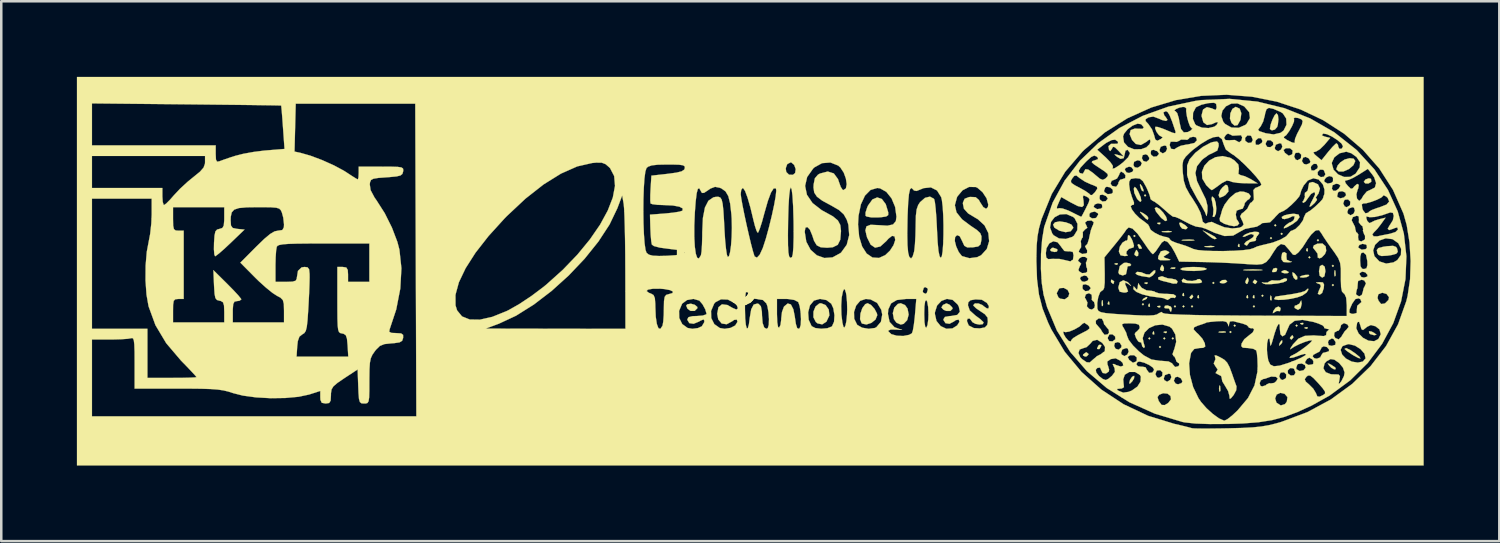
<source format=kicad_pcb>
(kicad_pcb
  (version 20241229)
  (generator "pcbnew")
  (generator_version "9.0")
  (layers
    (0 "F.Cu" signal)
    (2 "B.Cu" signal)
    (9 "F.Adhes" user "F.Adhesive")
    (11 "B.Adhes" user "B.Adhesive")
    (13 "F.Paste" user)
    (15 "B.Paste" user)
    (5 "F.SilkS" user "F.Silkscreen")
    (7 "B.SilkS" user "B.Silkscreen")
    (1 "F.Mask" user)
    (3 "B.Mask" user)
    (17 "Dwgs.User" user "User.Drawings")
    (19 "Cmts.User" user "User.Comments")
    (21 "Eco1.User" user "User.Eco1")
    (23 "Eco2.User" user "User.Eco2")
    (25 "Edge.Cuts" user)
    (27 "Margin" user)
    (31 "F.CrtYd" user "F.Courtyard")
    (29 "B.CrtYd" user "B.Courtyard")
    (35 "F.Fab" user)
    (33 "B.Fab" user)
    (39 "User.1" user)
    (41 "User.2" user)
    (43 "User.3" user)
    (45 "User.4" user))
  (footprint "logos"
    (layer "F.Cu")
    (at 26.675 7.71)
    (property "Reference" "logos" (at 0 0 0) (layer "F.SilkS") (effects (font (size 1.524 1.524) (thickness 0.3))))
    (attr through_hole)
    (fp_poly (pts (xy 15.325 -1.397) (xy 15.282 -1.355) (xy 15.24 -1.397) (xy 15.282 -1.439) (xy 15.325 -1.397)) (stroke (width 0.01) (type solid)) (fill yes) (layer "F.SilkS"))
    (fp_poly (pts (xy 15.663 1.312) (xy 15.621 1.355) (xy 15.579 1.312) (xy 15.621 1.27) (xy 15.663 1.312)) (stroke (width 0.01) (type solid)) (fill yes) (layer "F.SilkS"))
    (fp_poly (pts (xy 15.748 -3.006) (xy 15.706 -2.963) (xy 15.663 -3.006) (xy 15.706 -3.048) (xy 15.748 -3.006)) (stroke (width 0.01) (type solid)) (fill yes) (layer "F.SilkS"))
    (fp_poly (pts (xy 15.917 2.667) (xy 15.875 2.709) (xy 15.833 2.667) (xy 15.875 2.625) (xy 15.917 2.667)) (stroke (width 0.01) (type solid)) (fill yes) (layer "F.SilkS"))
    (fp_poly (pts (xy 16.341 3.006) (xy 16.298 3.048) (xy 16.256 3.006) (xy 16.298 2.963) (xy 16.341 3.006)) (stroke (width 0.01) (type solid)) (fill yes) (layer "F.SilkS"))
    (fp_poly (pts (xy 16.51 2.667) (xy 16.468 2.709) (xy 16.425 2.667) (xy 16.468 2.625) (xy 16.51 2.667)) (stroke (width 0.01) (type solid)) (fill yes) (layer "F.SilkS"))
    (fp_poly (pts (xy 16.849 2.667) (xy 16.806 2.709) (xy 16.764 2.667) (xy 16.806 2.625) (xy 16.849 2.667)) (stroke (width 0.01) (type solid)) (fill yes) (layer "F.SilkS"))
    (fp_poly (pts (xy 16.933 1.397) (xy 16.891 1.439) (xy 16.849 1.397) (xy 16.891 1.355) (xy 16.933 1.397)) (stroke (width 0.01) (type solid)) (fill yes) (layer "F.SilkS"))
    (fp_poly (pts (xy 17.272 1.397) (xy 17.23 1.439) (xy 17.187 1.397) (xy 17.23 1.355) (xy 17.272 1.397)) (stroke (width 0.01) (type solid)) (fill yes) (layer "F.SilkS"))
    (fp_poly (pts (xy 17.611 1.397) (xy 17.568 1.439) (xy 17.526 1.397) (xy 17.568 1.355) (xy 17.611 1.397)) (stroke (width 0.01) (type solid)) (fill yes) (layer "F.SilkS"))
    (fp_poly (pts (xy 18.457 0.466) (xy 18.415 0.508) (xy 18.373 0.466) (xy 18.415 0.423) (xy 18.457 0.466)) (stroke (width 0.01) (type solid)) (fill yes) (layer "F.SilkS"))
    (fp_poly (pts (xy 19.135 2.413) (xy 19.092 2.455) (xy 19.05 2.413) (xy 19.092 2.371) (xy 19.135 2.413)) (stroke (width 0.01) (type solid)) (fill yes) (layer "F.SilkS"))
    (fp_poly (pts (xy 19.304 2.159) (xy 19.262 2.201) (xy 19.219 2.159) (xy 19.262 2.117) (xy 19.304 2.159)) (stroke (width 0.01) (type solid)) (fill yes) (layer "F.SilkS"))
    (fp_poly (pts (xy 20.066 1.397) (xy 20.024 1.439) (xy 19.981 1.397) (xy 20.024 1.355) (xy 20.066 1.397)) (stroke (width 0.01) (type solid)) (fill yes) (layer "F.SilkS"))
    (fp_poly (pts (xy 20.405 0.974) (xy 20.362 1.016) (xy 20.32 0.974) (xy 20.362 0.931) (xy 20.405 0.974)) (stroke (width 0.01) (type solid)) (fill yes) (layer "F.SilkS"))
    (fp_poly (pts (xy 20.743 -1.312) (xy 20.701 -1.27) (xy 20.659 -1.312) (xy 20.701 -1.355) (xy 20.743 -1.312)) (stroke (width 0.01) (type solid)) (fill yes) (layer "F.SilkS"))
    (fp_poly (pts (xy 20.913 -1.82) (xy 20.87 -1.778) (xy 20.828 -1.82) (xy 20.87 -1.863) (xy 20.913 -1.82)) (stroke (width 0.01) (type solid)) (fill yes) (layer "F.SilkS"))
    (fp_poly (pts (xy 21.167 -1.482) (xy 21.124 -1.439) (xy 21.082 -1.482) (xy 21.124 -1.524) (xy 21.167 -1.482)) (stroke (width 0.01) (type solid)) (fill yes) (layer "F.SilkS"))
    (fp_poly (pts (xy 21.759 2.159) (xy 21.717 2.201) (xy 21.675 2.159) (xy 21.717 2.117) (xy 21.759 2.159)) (stroke (width 0.01) (type solid)) (fill yes) (layer "F.SilkS"))
    (fp_poly (pts (xy 22.267 -0.55) (xy 22.225 -0.508) (xy 22.183 -0.55) (xy 22.225 -0.593) (xy 22.267 -0.55)) (stroke (width 0.01) (type solid)) (fill yes) (layer "F.SilkS"))
    (fp_poly (pts (xy 22.606 -1.228) (xy 22.564 -1.185) (xy 22.521 -1.228) (xy 22.564 -1.27) (xy 22.606 -1.228)) (stroke (width 0.01) (type solid)) (fill yes) (layer "F.SilkS"))
    (fp_poly (pts (xy 23.199 -0.212) (xy 23.156 -0.169) (xy 23.114 -0.212) (xy 23.156 -0.254) (xy 23.199 -0.212)) (stroke (width 0.01) (type solid)) (fill yes) (layer "F.SilkS"))
    (fp_poly (pts (xy 23.199 0.55) (xy 23.156 0.593) (xy 23.114 0.55) (xy 23.156 0.508) (xy 23.199 0.55)) (stroke (width 0.01) (type solid)) (fill yes) (layer "F.SilkS"))
    (fp_poly (pts (xy 14.026 1.164) (xy 14.037 1.338) (xy 14.026 1.376) (xy 13.995 1.386) (xy 13.983 1.27) (xy 13.997 1.15) (xy 14.026 1.164)) (stroke (width 0.01) (type solid)) (fill yes) (layer "F.SilkS"))
    (fp_poly (pts (xy 14.28 1.214) (xy 14.291 1.314) (xy 14.28 1.326) (xy 14.23 1.315) (xy 14.224 1.27) (xy 14.255 1.2) (xy 14.28 1.214)) (stroke (width 0.01) (type solid)) (fill yes) (layer "F.SilkS"))
    (fp_poly (pts (xy 14.619 -0.31) (xy 14.607 -0.26) (xy 14.563 -0.254) (xy 14.493 -0.285) (xy 14.506 -0.31) (xy 14.607 -0.321) (xy 14.619 -0.31)) (stroke (width 0.01) (type solid)) (fill yes) (layer "F.SilkS"))
    (fp_poly (pts (xy 15.804 0.452) (xy 15.793 0.502) (xy 15.748 0.508) (xy 15.678 0.477) (xy 15.692 0.452) (xy 15.792 0.441) (xy 15.804 0.452)) (stroke (width 0.01) (type solid)) (fill yes) (layer "F.SilkS"))
    (fp_poly (pts (xy 15.889 1.298) (xy 15.899 1.399) (xy 15.889 1.411) (xy 15.839 1.399) (xy 15.833 1.355) (xy 15.864 1.285) (xy 15.889 1.298)) (stroke (width 0.01) (type solid)) (fill yes) (layer "F.SilkS"))
    (fp_poly (pts (xy 16.058 2.399) (xy 16.069 2.499) (xy 16.058 2.512) (xy 16.008 2.5) (xy 16.002 2.455) (xy 16.033 2.386) (xy 16.058 2.399)) (stroke (width 0.01) (type solid)) (fill yes) (layer "F.SilkS"))
    (fp_poly (pts (xy 16.312 -1.919) (xy 16.301 -1.869) (xy 16.256 -1.863) (xy 16.186 -1.894) (xy 16.2 -1.919) (xy 16.3 -1.929) (xy 16.312 -1.919)) (stroke (width 0.01) (type solid)) (fill yes) (layer "F.SilkS"))
    (fp_poly (pts (xy 16.312 1.383) (xy 16.301 1.433) (xy 16.256 1.439) (xy 16.186 1.408) (xy 16.2 1.383) (xy 16.3 1.373) (xy 16.312 1.383)) (stroke (width 0.01) (type solid)) (fill yes) (layer "F.SilkS"))
    (fp_poly (pts (xy 16.566 2.399) (xy 16.555 2.449) (xy 16.51 2.455) (xy 16.44 2.424) (xy 16.454 2.399) (xy 16.554 2.389) (xy 16.566 2.399)) (stroke (width 0.01) (type solid)) (fill yes) (layer "F.SilkS"))
    (fp_poly (pts (xy 16.91 -0.136) (xy 16.885 -0.097) (xy 16.799 -0.091) (xy 16.709 -0.112) (xy 16.748 -0.143) (xy 16.88 -0.153) (xy 16.91 -0.136)) (stroke (width 0.01) (type solid)) (fill yes) (layer "F.SilkS"))
    (fp_poly (pts (xy 17.244 0.875) (xy 17.254 0.975) (xy 17.244 0.988) (xy 17.193 0.976) (xy 17.187 0.931) (xy 17.218 0.862) (xy 17.244 0.875)) (stroke (width 0.01) (type solid)) (fill yes) (layer "F.SilkS"))
    (fp_poly (pts (xy 17.836 0.96) (xy 17.847 1.06) (xy 17.836 1.072) (xy 17.786 1.061) (xy 17.78 1.016) (xy 17.811 0.946) (xy 17.836 0.96)) (stroke (width 0.01) (type solid)) (fill yes) (layer "F.SilkS"))
    (fp_poly (pts (xy 18.683 4.551) (xy 18.694 4.724) (xy 18.683 4.763) (xy 18.652 4.773) (xy 18.64 4.657) (xy 18.653 4.536) (xy 18.683 4.551)) (stroke (width 0.01) (type solid)) (fill yes) (layer "F.SilkS"))
    (fp_poly (pts (xy 19.445 -1.072) (xy 19.455 -0.972) (xy 19.445 -0.96) (xy 19.395 -0.971) (xy 19.389 -1.016) (xy 19.42 -1.086) (xy 19.445 -1.072)) (stroke (width 0.01) (type solid)) (fill yes) (layer "F.SilkS"))
    (fp_poly (pts (xy 19.784 0.96) (xy 19.794 1.06) (xy 19.784 1.072) (xy 19.733 1.061) (xy 19.727 1.016) (xy 19.758 0.946) (xy 19.784 0.96)) (stroke (width 0.01) (type solid)) (fill yes) (layer "F.SilkS"))
    (fp_poly (pts (xy 20.038 0.96) (xy 20.048 1.06) (xy 20.038 1.072) (xy 19.987 1.061) (xy 19.981 1.016) (xy 20.012 0.946) (xy 20.038 0.96)) (stroke (width 0.01) (type solid)) (fill yes) (layer "F.SilkS"))
    (fp_poly (pts (xy 20.717 1) (xy 20.727 1.132) (xy 20.71 1.162) (xy 20.671 1.137) (xy 20.665 1.051) (xy 20.686 0.961) (xy 20.717 1)) (stroke (width 0.01) (type solid)) (fill yes) (layer "F.SilkS"))
    (fp_poly (pts (xy 21.985 2.06) (xy 21.973 2.111) (xy 21.929 2.117) (xy 21.859 2.086) (xy 21.872 2.06) (xy 21.973 2.05) (xy 21.985 2.06)) (stroke (width 0.01) (type solid)) (fill yes) (layer "F.SilkS"))
    (fp_poly (pts (xy 22.154 -0.903) (xy 22.165 -0.803) (xy 22.154 -0.79) (xy 22.104 -0.802) (xy 22.098 -0.847) (xy 22.129 -0.916) (xy 22.154 -0.903)) (stroke (width 0.01) (type solid)) (fill yes) (layer "F.SilkS"))
    (fp_poly (pts (xy 22.154 2.23) (xy 22.143 2.28) (xy 22.098 2.286) (xy 22.028 2.255) (xy 22.042 2.23) (xy 22.142 2.219) (xy 22.154 2.23)) (stroke (width 0.01) (type solid)) (fill yes) (layer "F.SilkS"))
    (fp_poly (pts (xy 23.255 -0.021) (xy 23.266 0.152) (xy 23.255 0.191) (xy 23.224 0.201) (xy 23.212 0.085) (xy 23.225 -0.036) (xy 23.255 -0.021)) (stroke (width 0.01) (type solid)) (fill yes) (layer "F.SilkS"))
    (fp_poly (pts (xy 15.589 -3.359) (xy 15.645 -3.219) (xy 15.639 -3.165) (xy 15.581 -3.195) (xy 15.547 -3.263) (xy 15.499 -3.424) (xy 15.519 -3.456) (xy 15.589 -3.359)) (stroke (width 0.01) (type solid)) (fill yes) (layer "F.SilkS"))
    (fp_poly (pts (xy 15.793 1.032) (xy 15.767 1.095) (xy 15.688 1.138) (xy 15.589 1.163) (xy 15.63 1.101) (xy 15.641 1.09) (xy 15.752 1.023) (xy 15.793 1.032)) (stroke (width 0.01) (type solid)) (fill yes) (layer "F.SilkS"))
    (fp_poly (pts (xy 20.949 -0.095) (xy 20.927 -0.004) (xy 20.87 0.031) (xy 20.761 0.035) (xy 20.743 0.002) (xy 20.797 -0.105) (xy 20.901 -0.132) (xy 20.949 -0.095)) (stroke (width 0.01) (type solid)) (fill yes) (layer "F.SilkS"))
    (fp_poly (pts (xy 21.141 2.839) (xy 21.093 2.901) (xy 21.021 2.955) (xy 21.039 2.87) (xy 21.045 2.854) (xy 21.112 2.75) (xy 21.15 2.749) (xy 21.141 2.839)) (stroke (width 0.01) (type solid)) (fill yes) (layer "F.SilkS"))
    (fp_poly (pts (xy 21.296 -0.03) (xy 21.412 0.037) (xy 21.362 0.077) (xy 21.246 0.085) (xy 21.128 0.053) (xy 21.122 0.004) (xy 21.232 -0.042) (xy 21.296 -0.03)) (stroke (width 0.01) (type solid)) (fill yes) (layer "F.SilkS"))
    (fp_poly (pts (xy 12.204 -0.88) (xy 12.234 -0.847) (xy 12.208 -0.78) (xy 12.112 -0.762) (xy 11.972 -0.797) (xy 11.938 -0.847) (xy 12.006 -0.923) (xy 12.06 -0.931) (xy 12.204 -0.88)) (stroke (width 0.01) (type solid)) (fill yes) (layer "F.SilkS"))
    (fp_poly (pts (xy 13.46 3.282) (xy 13.462 3.302) (xy 13.393 3.376) (xy 13.33 3.387) (xy 13.242 3.346) (xy 13.25 3.302) (xy 13.359 3.221) (xy 13.382 3.217) (xy 13.46 3.282)) (stroke (width 0.01) (type solid)) (fill yes) (layer "F.SilkS"))
    (fp_poly (pts (xy 13.963 2.925) (xy 13.97 2.953) (xy 13.908 3.073) (xy 13.885 3.09) (xy 13.807 3.086) (xy 13.801 3.058) (xy 13.862 2.938) (xy 13.885 2.921) (xy 13.963 2.925)) (stroke (width 0.01) (type solid)) (fill yes) (layer "F.SilkS"))
    (fp_poly (pts (xy 14.475 0.4) (xy 14.478 0.423) (xy 14.449 0.506) (xy 14.441 0.508) (xy 14.368 0.449) (xy 14.351 0.423) (xy 14.358 0.345) (xy 14.388 0.339) (xy 14.475 0.4)) (stroke (width 0.01) (type solid)) (fill yes) (layer "F.SilkS"))
    (fp_poly (pts (xy 15.277 4.157) (xy 15.268 4.251) (xy 15.199 4.367) (xy 15.107 4.46) (xy 15.075 4.445) (xy 15.11 4.311) (xy 15.19 4.191) (xy 15.267 4.151) (xy 15.277 4.157)) (stroke (width 0.01) (type solid)) (fill yes) (layer "F.SilkS"))
    (fp_poly (pts (xy 15.414 -0.781) (xy 15.44 -0.72) (xy 15.427 -0.61) (xy 15.367 -0.593) (xy 15.284 -0.65) (xy 15.294 -0.72) (xy 15.349 -0.831) (xy 15.367 -0.847) (xy 15.414 -0.781)) (stroke (width 0.01) (type solid)) (fill yes) (layer "F.SilkS"))
    (fp_poly (pts (xy 15.51 -1.034) (xy 15.574 -0.927) (xy 15.566 -0.89) (xy 15.478 -0.893) (xy 15.466 -0.903) (xy 15.41 -1.033) (xy 15.409 -1.047) (xy 15.452 -1.079) (xy 15.51 -1.034)) (stroke (width 0.01) (type solid)) (fill yes) (layer "F.SilkS"))
    (fp_poly (pts (xy 15.642 -2.295) (xy 15.787 -2.191) (xy 15.833 -2.114) (xy 15.814 -2.04) (xy 15.739 -2.081) (xy 15.613 -2.214) (xy 15.506 -2.339) (xy 15.518 -2.357) (xy 15.642 -2.295)) (stroke (width 0.01) (type solid)) (fill yes) (layer "F.SilkS"))
    (fp_poly (pts (xy 16.43 -0.188) (xy 16.456 -0.127) (xy 16.443 -0.018) (xy 16.383 0) (xy 16.3 -0.057) (xy 16.31 -0.127) (xy 16.365 -0.238) (xy 16.383 -0.254) (xy 16.43 -0.188)) (stroke (width 0.01) (type solid)) (fill yes) (layer "F.SilkS"))
    (fp_poly (pts (xy 16.744 -1.582) (xy 16.764 -1.559) (xy 16.642 -1.546) (xy 16.552 -1.545) (xy 16.388 -1.554) (xy 16.363 -1.573) (xy 16.405 -1.584) (xy 16.626 -1.598) (xy 16.744 -1.582)) (stroke (width 0.01) (type solid)) (fill yes) (layer "F.SilkS"))
    (fp_poly (pts (xy 17.296 -1.828) (xy 17.394 -1.734) (xy 17.353 -1.679) (xy 17.318 -1.664) (xy 17.177 -1.689) (xy 17.101 -1.781) (xy 17.058 -1.915) (xy 17.127 -1.931) (xy 17.296 -1.828)) (stroke (width 0.01) (type solid)) (fill yes) (layer "F.SilkS"))
    (fp_poly (pts (xy 17.61 0.997) (xy 17.611 1.016) (xy 17.546 1.097) (xy 17.521 1.101) (xy 17.47 1.049) (xy 17.484 1.016) (xy 17.56 0.935) (xy 17.573 0.931) (xy 17.61 0.997)) (stroke (width 0.01) (type solid)) (fill yes) (layer "F.SilkS"))
    (fp_poly (pts (xy 17.633 -1.245) (xy 17.667 -1.225) (xy 17.556 -1.212) (xy 17.399 -1.21) (xy 17.207 -1.216) (xy 17.151 -1.231) (xy 17.21 -1.246) (xy 17.46 -1.26) (xy 17.633 -1.245)) (stroke (width 0.01) (type solid)) (fill yes) (layer "F.SilkS"))
    (fp_poly (pts (xy 18.267 -1.484) (xy 18.476 -1.367) (xy 18.541 -1.293) (xy 18.467 -1.27) (xy 18.355 -1.321) (xy 18.192 -1.443) (xy 18.192 -1.444) (xy 17.992 -1.617) (xy 18.267 -1.484)) (stroke (width 0.01) (type solid)) (fill yes) (layer "F.SilkS"))
    (fp_poly (pts (xy 18.437 -0.99) (xy 18.457 -0.967) (xy 18.335 -0.954) (xy 18.246 -0.953) (xy 18.082 -0.961) (xy 18.057 -0.98) (xy 18.098 -0.991) (xy 18.319 -1.005) (xy 18.437 -0.99)) (stroke (width 0.01) (type solid)) (fill yes) (layer "F.SilkS"))
    (fp_poly (pts (xy 18.903 2.4) (xy 18.906 2.428) (xy 18.774 2.439) (xy 18.754 2.439) (xy 18.622 2.427) (xy 18.635 2.401) (xy 18.649 2.397) (xy 18.834 2.384) (xy 18.903 2.4)) (stroke (width 0.01) (type solid)) (fill yes) (layer "F.SilkS"))
    (fp_poly (pts (xy 18.965 0.404) (xy 18.965 0.405) (xy 18.894 0.465) (xy 18.794 0.485) (xy 18.678 0.464) (xy 18.672 0.418) (xy 18.774 0.351) (xy 18.902 0.345) (xy 18.965 0.404)) (stroke (width 0.01) (type solid)) (fill yes) (layer "F.SilkS"))
    (fp_poly (pts (xy 19.808 0.323) (xy 19.812 0.381) (xy 19.768 0.494) (xy 19.73 0.508) (xy 19.683 0.446) (xy 19.697 0.381) (xy 19.757 0.27) (xy 19.779 0.254) (xy 19.808 0.323)) (stroke (width 0.01) (type solid)) (fill yes) (layer "F.SilkS"))
    (fp_poly (pts (xy 20.148 0.403) (xy 20.151 0.423) (xy 20.086 0.506) (xy 20.066 0.508) (xy 19.984 0.444) (xy 19.981 0.423) (xy 20.046 0.341) (xy 20.066 0.339) (xy 20.148 0.403)) (stroke (width 0.01) (type solid)) (fill yes) (layer "F.SilkS"))
    (fp_poly (pts (xy 21.589 2.606) (xy 21.59 2.625) (xy 21.525 2.706) (xy 21.5 2.709) (xy 21.45 2.657) (xy 21.463 2.625) (xy 21.539 2.544) (xy 21.553 2.54) (xy 21.589 2.606)) (stroke (width 0.01) (type solid)) (fill yes) (layer "F.SilkS"))
    (fp_poly (pts (xy 21.612 0.069) (xy 21.639 0.09) (xy 21.743 0.22) (xy 21.743 0.317) (xy 21.685 0.339) (xy 21.606 0.268) (xy 21.564 0.164) (xy 21.548 0.047) (xy 21.612 0.069)) (stroke (width 0.01) (type solid)) (fill yes) (layer "F.SilkS"))
    (fp_poly (pts (xy 22.217 0.182) (xy 22.124 0.232) (xy 21.977 0.255) (xy 21.862 0.244) (xy 21.844 0.222) (xy 21.916 0.183) (xy 22.053 0.149) (xy 22.192 0.143) (xy 22.217 0.182)) (stroke (width 0.01) (type solid)) (fill yes) (layer "F.SilkS"))
    (fp_poly (pts (xy 22.834 -0.178) (xy 22.86 0) (xy 22.822 0.202) (xy 22.733 0.254) (xy 22.632 0.178) (xy 22.606 0) (xy 22.644 -0.202) (xy 22.733 -0.254) (xy 22.834 -0.178)) (stroke (width 0.01) (type solid)) (fill yes) (layer "F.SilkS"))
    (fp_poly (pts (xy 22.999 3.666) (xy 23.093 3.714) (xy 23.252 3.819) (xy 23.271 3.883) (xy 23.209 3.895) (xy 23.101 3.836) (xy 23.019 3.754) (xy 22.95 3.66) (xy 22.999 3.666)) (stroke (width 0.01) (type solid)) (fill yes) (layer "F.SilkS"))
    (fp_poly (pts (xy 24.67 -3.665) (xy 24.682 -3.561) (xy 24.673 -3.544) (xy 24.57 -3.48) (xy 24.443 -3.483) (xy 24.384 -3.547) (xy 24.451 -3.639) (xy 24.585 -3.687) (xy 24.67 -3.665)) (stroke (width 0.01) (type solid)) (fill yes) (layer "F.SilkS"))
    (fp_poly (pts (xy 24.69 2.393) (xy 24.807 2.455) (xy 24.887 2.521) (xy 24.81 2.538) (xy 24.791 2.539) (xy 24.638 2.496) (xy 24.596 2.455) (xy 24.589 2.381) (xy 24.69 2.393)) (stroke (width 0.01) (type solid)) (fill yes) (layer "F.SilkS"))
    (fp_poly (pts (xy -2.159 1.333) (xy -2.06 1.417) (xy -2.056 1.468) (xy -2.163 1.575) (xy -2.327 1.575) (xy -2.446 1.493) (xy -2.5 1.365) (xy -2.459 1.314) (xy -2.316 1.289) (xy -2.159 1.333)) (stroke (width 0.01) (type solid)) (fill yes) (layer "F.SilkS"))
    (fp_poly (pts (xy 7.94 1.323) (xy 8.052 1.431) (xy 8.069 1.491) (xy 7.979 1.577) (xy 7.812 1.575) (xy 7.705 1.527) (xy 7.625 1.437) (xy 7.687 1.339) (xy 7.822 1.276) (xy 7.94 1.323)) (stroke (width 0.01) (type solid)) (fill yes) (layer "F.SilkS"))
    (fp_poly (pts (xy 15.363 -3.282) (xy 15.44 -3.148) (xy 15.533 -2.932) (xy 15.555 -2.79) (xy 15.515 -2.75) (xy 15.418 -2.836) (xy 15.375 -2.897) (xy 15.279 -3.104) (xy 15.258 -3.277) (xy 15.295 -3.346) (xy 15.363 -3.282)) (stroke (width 0.01) (type solid)) (fill yes) (layer "F.SilkS"))
    (fp_poly (pts (xy 20.299 -0.062) (xy 20.373 -0.047) (xy 20.296 -0.035) (xy 20.085 -0.029) (xy 19.981 -0.028) (xy 19.727 -0.032) (xy 19.6 -0.042) (xy 19.619 -0.056) (xy 19.664 -0.062) (xy 19.982 -0.075) (xy 20.299 -0.062)) (stroke (width 0.01) (type solid)) (fill yes) (layer "F.SilkS"))
    (fp_poly (pts (xy 12.563 -1.939) (xy 12.782 -1.852) (xy 12.855 -1.744) (xy 12.852 -1.709) (xy 12.754 -1.584) (xy 12.553 -1.548) (xy 12.306 -1.607) (xy 12.107 -1.729) (xy 12.056 -1.849) (xy 12.132 -1.94) (xy 12.317 -1.976) (xy 12.563 -1.939)) (stroke (width 0.01) (type solid)) (fill yes) (layer "F.SilkS"))
    (fp_poly (pts (xy 16.278 -2.477) (xy 16.422 -2.329) (xy 16.539 -2.158) (xy 16.578 -2.026) (xy 16.576 -2.018) (xy 16.505 -1.989) (xy 16.357 -2.105) (xy 16.313 -2.151) (xy 16.138 -2.368) (xy 16.09 -2.501) (xy 16.157 -2.54) (xy 16.278 -2.477)) (stroke (width 0.01) (type solid)) (fill yes) (layer "F.SilkS"))
    (fp_poly (pts (xy 18.969 -3.405) (xy 18.997 -3.34) (xy 19.014 -3.164) (xy 18.893 -3.022) (xy 18.791 -2.961) (xy 18.665 -2.918) (xy 18.627 -2.999) (xy 18.627 -3.032) (xy 18.686 -3.21) (xy 18.786 -3.335) (xy 18.907 -3.43) (xy 18.969 -3.405)) (stroke (width 0.01) (type solid)) (fill yes) (layer "F.SilkS"))
    (fp_poly (pts (xy 21.075 1.451) (xy 21.082 1.498) (xy 21.056 1.589) (xy 21.026 1.581) (xy 20.925 1.579) (xy 20.855 1.621) (xy 20.774 1.67) (xy 20.79 1.585) (xy 20.79 1.585) (xy 20.884 1.451) (xy 20.998 1.401) (xy 21.075 1.451)) (stroke (width 0.01) (type solid)) (fill yes) (layer "F.SilkS"))
    (fp_poly (pts (xy 21.918 1.272) (xy 21.919 1.291) (xy 21.879 1.466) (xy 21.773 1.533) (xy 21.652 1.467) (xy 21.632 1.439) (xy 21.65 1.366) (xy 21.706 1.355) (xy 21.831 1.284) (xy 21.87 1.206) (xy 21.9 1.159) (xy 21.918 1.272)) (stroke (width 0.01) (type solid)) (fill yes) (layer "F.SilkS"))
    (fp_poly (pts (xy 23.848 3.126) (xy 24.045 3.26) (xy 24.216 3.401) (xy 24.251 3.462) (xy 24.162 3.441) (xy 23.963 3.334) (xy 23.897 3.292) (xy 23.721 3.172) (xy 23.627 3.092) (xy 23.622 3.082) (xy 23.681 3.049) (xy 23.848 3.126)) (stroke (width 0.01) (type solid)) (fill yes) (layer "F.SilkS"))
    (fp_poly (pts (xy 6.183 1.345) (xy 6.281 1.482) (xy 6.326 1.721) (xy 6.267 1.942) (xy 6.127 2.088) (xy 6.011 2.117) (xy 5.84 2.041) (xy 5.742 1.905) (xy 5.697 1.665) (xy 5.756 1.445) (xy 5.895 1.299) (xy 6.011 1.27) (xy 6.183 1.345)) (stroke (width 0.01) (type solid)) (fill yes) (layer "F.SilkS"))
    (fp_poly (pts (xy 16.731 1.406) (xy 16.764 1.482) (xy 16.741 1.595) (xy 16.722 1.609) (xy 16.681 1.543) (xy 16.679 1.519) (xy 16.628 1.467) (xy 16.601 1.478) (xy 16.492 1.467) (xy 16.469 1.441) (xy 16.493 1.373) (xy 16.59 1.355) (xy 16.731 1.406)) (stroke (width 0.01) (type solid)) (fill yes) (layer "F.SilkS"))
    (fp_poly (pts (xy 17.865 -0.16) (xy 18.064 -0.135) (xy 18.155 -0.094) (xy 18.103 -0.055) (xy 17.921 -0.025) (xy 17.652 -0.01) (xy 17.364 -0.018) (xy 17.168 -0.046) (xy 17.103 -0.086) (xy 17.178 -0.13) (xy 17.366 -0.158) (xy 17.614 -0.168) (xy 17.865 -0.16)) (stroke (width 0.01) (type solid)) (fill yes) (layer "F.SilkS"))
    (fp_poly (pts (xy 19.458 -6.45) (xy 19.524 -6.269) (xy 19.492 -6.02) (xy 19.478 -5.98) (xy 19.374 -5.796) (xy 19.255 -5.777) (xy 19.138 -5.881) (xy 19.073 -6.055) (xy 19.089 -6.263) (xy 19.17 -6.44) (xy 19.297 -6.519) (xy 19.305 -6.519) (xy 19.458 -6.45)) (stroke (width 0.01) (type solid)) (fill yes) (layer "F.SilkS"))
    (fp_poly (pts (xy 21.32 -0.703) (xy 21.313 -0.597) (xy 21.326 -0.455) (xy 21.451 -0.397) (xy 21.535 -0.371) (xy 21.458 -0.355) (xy 21.378 -0.35) (xy 21.195 -0.365) (xy 21.123 -0.459) (xy 21.112 -0.55) (xy 21.145 -0.723) (xy 21.228 -0.762) (xy 21.32 -0.703)) (stroke (width 0.01) (type solid)) (fill yes) (layer "F.SilkS"))
    (fp_poly (pts (xy 23.979 -4.466) (xy 24.045 -4.374) (xy 24.045 -4.373) (xy 23.972 -4.206) (xy 23.795 -4.054) (xy 23.577 -3.958) (xy 23.389 -3.957) (xy 23.291 -4.045) (xy 23.345 -4.194) (xy 23.453 -4.318) (xy 23.626 -4.432) (xy 23.82 -4.483) (xy 23.979 -4.466)) (stroke (width 0.01) (type solid)) (fill yes) (layer "F.SilkS"))
    (fp_poly (pts (xy 3.032 1.344) (xy 3.156 1.523) (xy 3.179 1.746) (xy 3.174 1.768) (xy 3.062 2.004) (xy 2.895 2.11) (xy 2.708 2.069) (xy 2.642 2.015) (xy 2.547 1.829) (xy 2.549 1.604) (xy 2.631 1.402) (xy 2.777 1.282) (xy 2.847 1.27) (xy 3.032 1.344)) (stroke (width 0.01) (type solid)) (fill yes) (layer "F.SilkS"))
    (fp_poly (pts (xy 15.107 -0.307) (xy 15.155 -0.249) (xy 15.103 -0.198) (xy 15.071 -0.212) (xy 15.008 -0.182) (xy 14.986 -0.047) (xy 14.948 0.121) (xy 14.817 0.169) (xy 14.679 0.119) (xy 14.647 0.049) (xy 14.702 -0.202) (xy 14.861 -0.327) (xy 14.953 -0.339) (xy 15.107 -0.307)) (stroke (width 0.01) (type solid)) (fill yes) (layer "F.SilkS"))
    (fp_poly (pts (xy 20.977 -6.194) (xy 20.996 -6.022) (xy 20.974 -5.818) (xy 20.946 -5.722) (xy 20.857 -5.621) (xy 20.737 -5.587) (xy 20.662 -5.636) (xy 20.659 -5.66) (xy 20.689 -5.822) (xy 20.762 -6.021) (xy 20.848 -6.191) (xy 20.919 -6.265) (xy 20.921 -6.265) (xy 20.977 -6.194)) (stroke (width 0.01) (type solid)) (fill yes) (layer "F.SilkS"))
    (fp_poly (pts (xy 22.87 -0.989) (xy 22.893 -0.806) (xy 22.842 -0.68) (xy 22.716 -0.546) (xy 22.623 -0.508) (xy 22.55 -0.551) (xy 22.559 -0.586) (xy 22.546 -0.7) (xy 22.48 -0.791) (xy 22.367 -0.935) (xy 22.403 -1.026) (xy 22.543 -1.092) (xy 22.741 -1.1) (xy 22.87 -0.989)) (stroke (width 0.01) (type solid)) (fill yes) (layer "F.SilkS"))
    (fp_poly (pts (xy 4.832 1.338) (xy 4.973 1.496) (xy 5.067 1.676) (xy 5.08 1.748) (xy 5.011 1.918) (xy 4.847 2.05) (xy 4.65 2.114) (xy 4.48 2.078) (xy 4.459 2.06) (xy 4.397 1.902) (xy 4.413 1.682) (xy 4.488 1.463) (xy 4.603 1.308) (xy 4.697 1.27) (xy 4.832 1.338)) (stroke (width 0.01) (type solid)) (fill yes) (layer "F.SilkS"))
    (fp_poly (pts (xy 16.439 0.223) (xy 16.611 0.282) (xy 16.756 0.296) (xy 16.927 0.335) (xy 16.996 0.402) (xy 16.967 0.487) (xy 16.818 0.492) (xy 16.722 0.466) (xy 16.582 0.429) (xy 16.392 0.384) (xy 16.23 0.325) (xy 16.227 0.25) (xy 16.236 0.24) (xy 16.379 0.198) (xy 16.439 0.223)) (stroke (width 0.01) (type solid)) (fill yes) (layer "F.SilkS"))
    (fp_poly (pts (xy 18.453 -2.89) (xy 18.509 -2.71) (xy 18.532 -2.487) (xy 18.516 -2.282) (xy 18.453 -2.157) (xy 18.448 -2.153) (xy 18.389 -2.159) (xy 18.406 -2.256) (xy 18.419 -2.449) (xy 18.379 -2.687) (xy 18.378 -2.69) (xy 18.344 -2.873) (xy 18.362 -2.962) (xy 18.369 -2.963) (xy 18.453 -2.89)) (stroke (width 0.01) (type solid)) (fill yes) (layer "F.SilkS"))
    (fp_poly (pts (xy 22.763 0.445) (xy 22.807 0.535) (xy 22.793 0.677) (xy 22.731 0.862) (xy 22.636 0.931) (xy 22.559 0.898) (xy 22.6 0.773) (xy 22.603 0.768) (xy 22.679 0.601) (xy 22.654 0.522) (xy 22.543 0.482) (xy 22.486 0.451) (xy 22.597 0.434) (xy 22.613 0.433) (xy 22.763 0.445)) (stroke (width 0.01) (type solid)) (fill yes) (layer "F.SilkS"))
    (fp_poly (pts (xy 25.665 -0.962) (xy 25.705 -0.896) (xy 25.732 -0.769) (xy 25.67 -0.692) (xy 25.488 -0.642) (xy 25.324 -0.617) (xy 25.088 -0.602) (xy 24.966 -0.647) (xy 24.925 -0.712) (xy 24.898 -0.839) (xy 24.96 -0.917) (xy 25.143 -0.967) (xy 25.307 -0.992) (xy 25.543 -1.007) (xy 25.665 -0.962)) (stroke (width 0.01) (type solid)) (fill yes) (layer "F.SilkS"))
    (fp_poly (pts (xy 5.263 -2.864) (xy 5.417 -2.66) (xy 5.517 -2.328) (xy 5.514 -2.227) (xy 5.434 -2.171) (xy 5.239 -2.142) (xy 5.109 -2.134) (xy 4.843 -2.135) (xy 4.661 -2.169) (xy 4.616 -2.199) (xy 4.615 -2.326) (xy 4.681 -2.532) (xy 4.714 -2.605) (xy 4.887 -2.845) (xy 5.078 -2.928) (xy 5.263 -2.864)) (stroke (width 0.01) (type solid)) (fill yes) (layer "F.SilkS"))
    (fp_poly (pts (xy 15.017 0.433) (xy 15.056 0.471) (xy 15.15 0.577) (xy 15.126 0.571) (xy 15.05 0.514) (xy 14.928 0.448) (xy 14.913 0.514) (xy 14.989 0.683) (xy 15.03 0.803) (xy 14.949 0.844) (xy 14.862 0.847) (xy 14.7 0.813) (xy 14.649 0.679) (xy 14.647 0.632) (xy 14.704 0.433) (xy 14.843 0.361) (xy 15.017 0.433)) (stroke (width 0.01) (type solid)) (fill yes) (layer "F.SilkS"))
    (fp_poly (pts (xy 16.112 -0.031) (xy 16.104 0.057) (xy 16.012 0.168) (xy 15.897 0.239) (xy 15.86 0.241) (xy 15.731 0.22) (xy 15.557 0.193) (xy 15.389 0.143) (xy 15.325 0.08) (xy 15.391 0.026) (xy 15.546 0.04) (xy 15.726 0.113) (xy 15.74 0.121) (xy 15.883 0.13) (xy 15.96 0.057) (xy 16.062 -0.034) (xy 16.112 -0.031)) (stroke (width 0.01) (type solid)) (fill yes) (layer "F.SilkS"))
    (fp_poly (pts (xy 16.578 -0.806) (xy 16.67 -0.755) (xy 16.62 -0.695) (xy 16.552 -0.655) (xy 16.441 -0.581) (xy 16.474 -0.537) (xy 16.595 -0.5) (xy 16.711 -0.461) (xy 16.684 -0.441) (xy 16.501 -0.432) (xy 16.497 -0.432) (xy 16.295 -0.438) (xy 16.221 -0.489) (xy 16.232 -0.594) (xy 16.332 -0.789) (xy 16.496 -0.829) (xy 16.578 -0.806)) (stroke (width 0.01) (type solid)) (fill yes) (layer "F.SilkS"))
    (fp_poly (pts (xy 17.263 0.316) (xy 17.385 0.376) (xy 17.576 0.388) (xy 17.743 0.353) (xy 17.787 0.319) (xy 17.872 0.311) (xy 17.936 0.365) (xy 17.967 0.433) (xy 17.897 0.468) (xy 17.697 0.48) (xy 17.577 0.48) (xy 17.309 0.468) (xy 17.18 0.433) (xy 17.163 0.364) (xy 17.165 0.358) (xy 17.231 0.294) (xy 17.263 0.316)) (stroke (width 0.01) (type solid)) (fill yes) (layer "F.SilkS"))
    (fp_poly (pts (xy 21.339 0.305) (xy 21.325 0.378) (xy 21.322 0.381) (xy 21.188 0.44) (xy 20.958 0.487) (xy 20.7 0.514) (xy 20.484 0.513) (xy 20.39 0.488) (xy 20.334 0.435) (xy 20.423 0.454) (xy 20.572 0.452) (xy 20.623 0.412) (xy 20.738 0.36) (xy 20.854 0.37) (xy 21.047 0.368) (xy 21.143 0.323) (xy 21.255 0.279) (xy 21.339 0.305)) (stroke (width 0.01) (type solid)) (fill yes) (layer "F.SilkS"))
    (fp_poly (pts (xy 22.181 0.739) (xy 22.114 0.846) (xy 21.95 0.962) (xy 21.943 0.966) (xy 21.746 1.038) (xy 21.489 1.095) (xy 21.22 1.131) (xy 20.991 1.14) (xy 20.85 1.118) (xy 20.828 1.091) (xy 20.883 1.007) (xy 20.892 1.005) (xy 21.017 0.986) (xy 21.167 0.964) (xy 21.591 0.9) (xy 21.873 0.844) (xy 22.039 0.79) (xy 22.117 0.731) (xy 22.118 0.73) (xy 22.172 0.685) (xy 22.181 0.739)) (stroke (width 0.01) (type solid)) (fill yes) (layer "F.SilkS"))
    (fp_poly (pts (xy 21.795 -2.247) (xy 21.836 -2.147) (xy 21.737 -2.003) (xy 21.559 -1.87) (xy 21.33 -1.74) (xy 21.213 -1.699) (xy 21.218 -1.749) (xy 21.282 -1.82) (xy 21.42 -1.924) (xy 21.49 -1.947) (xy 21.588 -2.015) (xy 21.621 -2.074) (xy 21.641 -2.181) (xy 21.562 -2.184) (xy 21.413 -2.113) (xy 21.24 -2.066) (xy 21.149 -2.085) (xy 21.127 -2.152) (xy 21.235 -2.217) (xy 21.436 -2.265) (xy 21.611 -2.28) (xy 21.795 -2.247)) (stroke (width 0.01) (type solid)) (fill yes) (layer "F.SilkS"))
    (fp_poly (pts (xy 15.094 -1.409) (xy 15.18 -1.267) (xy 15.214 -1.185) (xy 15.267 -1.006) (xy 15.239 -0.937) (xy 15.201 -0.931) (xy 15.062 -0.884) (xy 14.97 -0.782) (xy 14.964 -0.681) (xy 15.004 -0.65) (xy 15.016 -0.616) (xy 14.899 -0.599) (xy 14.731 -0.632) (xy 14.67 -0.771) (xy 14.667 -0.795) (xy 14.704 -0.972) (xy 14.808 -1.132) (xy 14.935 -1.214) (xy 14.978 -1.211) (xy 15.016 -1.263) (xy 15.017 -1.317) (xy 15.031 -1.431) (xy 15.094 -1.409)) (stroke (width 0.01) (type solid)) (fill yes) (layer "F.SilkS"))
    (fp_poly (pts (xy 20.201 -1.553) (xy 20.235 -1.512) (xy 20.175 -1.415) (xy 20.149 -1.396) (xy 20.1 -1.295) (xy 20.112 -1.264) (xy 20.083 -1.202) (xy 19.986 -1.185) (xy 19.846 -1.151) (xy 19.812 -1.101) (xy 19.748 -1.018) (xy 19.727 -1.016) (xy 19.645 -1.07) (xy 19.643 -1.087) (xy 19.711 -1.17) (xy 19.859 -1.257) (xy 19.998 -1.353) (xy 20.023 -1.44) (xy 19.91 -1.478) (xy 19.812 -1.44) (xy 19.651 -1.369) (xy 19.578 -1.365) (xy 19.623 -1.421) (xy 19.685 -1.462) (xy 19.866 -1.535) (xy 20.06 -1.568) (xy 20.201 -1.553)) (stroke (width 0.01) (type solid)) (fill yes) (layer "F.SilkS"))
    (fp_poly (pts (xy 19.626 -3.153) (xy 19.82 -3.083) (xy 19.898 -2.973) (xy 19.841 -2.863) (xy 19.77 -2.825) (xy 19.663 -2.709) (xy 19.643 -2.616) (xy 19.579 -2.481) (xy 19.473 -2.455) (xy 19.339 -2.404) (xy 19.304 -2.249) (xy 19.336 -2.069) (xy 19.39 -1.989) (xy 19.441 -1.897) (xy 19.369 -1.812) (xy 19.236 -1.785) (xy 19.052 -1.818) (xy 18.854 -1.878) (xy 18.68 -1.983) (xy 18.664 -2.091) (xy 18.72 -2.268) (xy 18.767 -2.442) (xy 18.861 -2.644) (xy 19.031 -2.87) (xy 19.088 -2.93) (xy 19.294 -3.102) (xy 19.477 -3.162) (xy 19.626 -3.153)) (stroke (width 0.01) (type solid)) (fill yes) (layer "F.SilkS"))
    (fp_poly (pts (xy 18.62 -5.078) (xy 18.627 -4.971) (xy 18.572 -4.787) (xy 18.425 -4.709) (xy 18.234 -4.619) (xy 18.012 -4.459) (xy 17.959 -4.412) (xy 17.766 -4.167) (xy 17.702 -3.896) (xy 17.767 -3.572) (xy 17.955 -3.178) (xy 18.116 -2.852) (xy 18.182 -2.589) (xy 18.181 -2.397) (xy 18.157 -2.227) (xy 18.138 -2.186) (xy 18.133 -2.209) (xy 18.082 -2.343) (xy 17.96 -2.57) (xy 17.793 -2.846) (xy 17.767 -2.887) (xy 17.505 -3.372) (xy 17.373 -3.814) (xy 17.374 -4.193) (xy 17.471 -4.438) (xy 17.696 -4.695) (xy 17.997 -4.932) (xy 18.302 -5.096) (xy 18.394 -5.125) (xy 18.56 -5.149) (xy 18.62 -5.078)) (stroke (width 0.01) (type solid)) (fill yes) (layer "F.SilkS"))
    (fp_poly (pts (xy 19.075 -4.503) (xy 19.25 -4.396) (xy 19.407 -4.231) (xy 19.431 -4.059) (xy 19.422 -4.015) (xy 19.411 -3.857) (xy 19.5 -3.81) (xy 19.504 -3.81) (xy 19.663 -3.768) (xy 19.876 -3.665) (xy 19.906 -3.648) (xy 20.173 -3.485) (xy 19.675 -3.488) (xy 19.387 -3.503) (xy 19.162 -3.54) (xy 19.071 -3.576) (xy 18.946 -3.596) (xy 18.749 -3.494) (xy 18.675 -3.439) (xy 18.49 -3.304) (xy 18.37 -3.225) (xy 18.351 -3.217) (xy 18.276 -3.272) (xy 18.141 -3.405) (xy 18.133 -3.413) (xy 17.976 -3.675) (xy 17.96 -3.939) (xy 18.058 -4.184) (xy 18.245 -4.386) (xy 18.494 -4.522) (xy 18.78 -4.568) (xy 19.075 -4.503)) (stroke (width 0.01) (type solid)) (fill yes) (layer "F.SilkS"))
    (fp_poly (pts (xy 22.373 -3.534) (xy 22.566 -3.447) (xy 22.644 -3.277) (xy 22.586 -3.079) (xy 22.552 -3.036) (xy 22.476 -2.917) (xy 22.508 -2.879) (xy 22.528 -2.83) (xy 22.439 -2.712) (xy 22.437 -2.709) (xy 22.282 -2.57) (xy 22.228 -2.564) (xy 22.276 -2.693) (xy 22.352 -2.836) (xy 22.448 -3.035) (xy 22.444 -3.123) (xy 22.407 -3.133) (xy 22.29 -3.065) (xy 22.183 -2.921) (xy 22.073 -2.767) (xy 21.982 -2.709) (xy 21.947 -2.75) (xy 21.99 -2.804) (xy 22.05 -2.953) (xy 22.04 -3.016) (xy 22.05 -3.118) (xy 22.089 -3.133) (xy 22.159 -3.205) (xy 22.183 -3.343) (xy 22.214 -3.5) (xy 22.337 -3.537) (xy 22.373 -3.534)) (stroke (width 0.01) (type solid)) (fill yes) (layer "F.SilkS"))
    (fp_poly (pts (xy 18.531 3.342) (xy 18.703 3.425) (xy 18.854 3.515) (xy 18.962 3.627) (xy 19.056 3.803) (xy 19.162 4.087) (xy 19.197 4.191) (xy 19.275 4.413) (xy 19.334 4.572) (xy 19.322 4.722) (xy 19.222 4.908) (xy 19.22 4.911) (xy 19.106 5.048) (xy 19.061 5.056) (xy 19.052 4.943) (xy 18.999 4.752) (xy 18.876 4.543) (xy 18.875 4.542) (xy 18.769 4.369) (xy 18.746 4.247) (xy 18.749 4.24) (xy 18.721 4.158) (xy 18.617 4.103) (xy 18.502 4.04) (xy 18.537 3.982) (xy 18.587 3.901) (xy 18.505 3.785) (xy 18.429 3.66) (xy 18.453 3.601) (xy 18.498 3.491) (xy 18.484 3.418) (xy 18.467 3.339) (xy 18.531 3.342)) (stroke (width 0.01) (type solid)) (fill yes) (layer "F.SilkS"))
    (fp_poly (pts (xy 15.465 0.52) (xy 15.467 0.525) (xy 15.573 0.66) (xy 15.761 0.759) (xy 15.944 0.777) (xy 15.947 0.776) (xy 16.072 0.803) (xy 16.117 0.832) (xy 16.257 0.878) (xy 16.49 0.899) (xy 16.574 0.899) (xy 16.829 0.914) (xy 16.931 0.981) (xy 16.933 1) (xy 16.881 1.067) (xy 16.839 1.052) (xy 16.718 1.056) (xy 16.685 1.091) (xy 16.594 1.141) (xy 16.561 1.123) (xy 16.434 1.069) (xy 16.27 1.043) (xy 15.91 0.996) (xy 15.594 0.918) (xy 15.36 0.82) (xy 15.246 0.717) (xy 15.241 0.692) (xy 15.255 0.598) (xy 15.313 0.66) (xy 15.325 0.677) (xy 15.386 0.74) (xy 15.413 0.655) (xy 15.418 0.593) (xy 15.435 0.473) (xy 15.465 0.52)) (stroke (width 0.01) (type solid)) (fill yes) (layer "F.SilkS"))
    (fp_poly (pts (xy 26.755 7.705) (xy -26.67 7.705) (xy -26.67 2.709) (xy -26.077 2.709) (xy -26.077 5.757) (xy -13.207 5.757) (xy -13.219 2.277) (xy -10.456 2.277) (xy -7.684 2.282) (xy -4.911 2.286) (xy -4.914 0.787) (xy -4.072 0.787) (xy -3.981 0.857) (xy -3.895 0.889) (xy -3.796 0.946) (xy -3.744 1.068) (xy -3.726 1.297) (xy -3.724 1.424) (xy -3.708 1.809) (xy -3.665 2.093) (xy -3.603 2.259) (xy -3.528 2.291) (xy -3.446 2.172) (xy -3.438 2.152) (xy -3.411 2) (xy -3.392 1.74) (xy -3.389 1.574) (xy -2.783 1.574) (xy -2.776 1.857) (xy -2.658 2.097) (xy -2.446 2.251) (xy -2.256 2.286) (xy -2.033 2.256) (xy -1.88 2.185) (xy -1.88 2.184) (xy -1.789 2.033) (xy -1.778 1.971) (xy -1.811 1.912) (xy -1.93 1.96) (xy -1.989 1.997) (xy -2.205 2.085) (xy -2.375 2.061) (xy -2.454 1.933) (xy -2.455 1.908) (xy -2.408 1.823) (xy -2.246 1.784) (xy -2.074 1.778) (xy -1.844 1.76) (xy -1.709 1.714) (xy -1.693 1.688) (xy -1.725 1.577) (xy -1.514 1.577) (xy -1.506 1.861) (xy -1.385 2.1) (xy -1.168 2.253) (xy -0.975 2.286) (xy -0.737 2.248) (xy -0.559 2.155) (xy -0.556 2.152) (xy -0.466 2.008) (xy -0.491 1.92) (xy -0.6 1.932) (xy -0.671 1.984) (xy -0.894 2.105) (xy -1.092 2.075) (xy -1.229 1.912) (xy -1.27 1.687) (xy -1.221 1.431) (xy -1.081 1.314) (xy -0.863 1.341) (xy -0.66 1.457) (xy -0.51 1.522) (xy -0.458 1.482) (xy -0.169 1.482) (xy -0.16 1.866) (xy -0.134 2.13) (xy -0.097 2.265) (xy -0.055 2.261) (xy -0.012 2.106) (xy 0.02 1.858) (xy 0.079 1.513) (xy 0.177 1.324) (xy 0.322 1.283) (xy 0.375 1.298) (xy 0.463 1.393) (xy 0.503 1.607) (xy 0.508 1.77) (xy 0.532 2.056) (xy 0.595 2.236) (xy 0.686 2.286) (xy 0.739 2.253) (xy 0.776 2.127) (xy 0.784 1.899) (xy 0.765 1.634) (xy 0.724 1.397) (xy 0.682 1.279) (xy 0.543 1.142) (xy 0.298 1.101) (xy 0.293 1.101) (xy 1.101 1.101) (xy 1.101 1.698) (xy 1.112 2.024) (xy 1.143 2.209) (xy 1.185 2.244) (xy 1.241 2.132) (xy 1.269 1.923) (xy 1.27 1.874) (xy 1.3 1.619) (xy 1.374 1.416) (xy 1.385 1.399) (xy 1.528 1.28) (xy 1.653 1.319) (xy 1.751 1.51) (xy 1.805 1.782) (xy 1.851 2.094) (xy 1.902 2.256) (xy 1.966 2.286) (xy 2.004 2.257) (xy 2.043 2.13) (xy 2.054 1.9) (xy 2.039 1.632) (xy 2.338 1.632) (xy 2.359 1.928) (xy 2.476 2.18) (xy 2.623 2.255) (xy 2.856 2.283) (xy 3.099 2.263) (xy 3.273 2.195) (xy 3.285 2.184) (xy 3.365 2.006) (xy 3.382 1.745) (xy 3.338 1.473) (xy 3.29 1.367) (xy 3.649 1.367) (xy 3.658 1.724) (xy 3.697 2.039) (xy 3.74 2.212) (xy 3.778 2.235) (xy 3.818 2.155) (xy 3.856 1.978) (xy 3.881 1.707) (xy 3.884 1.616) (xy 4.158 1.616) (xy 4.165 1.885) (xy 4.28 2.121) (xy 4.289 2.131) (xy 4.48 2.241) (xy 4.741 2.285) (xy 4.983 2.253) (xy 5.046 2.221) (xy 5.226 2.007) (xy 5.277 1.72) (xy 5.272 1.693) (xy 5.503 1.693) (xy 5.569 2.012) (xy 5.765 2.223) (xy 6.011 2.311) (xy 6.066 2.327) (xy 5.971 2.327) (xy 5.856 2.318) (xy 5.617 2.313) (xy 5.523 2.355) (xy 5.524 2.39) (xy 5.639 2.498) (xy 5.855 2.559) (xy 6.111 2.57) (xy 6.344 2.525) (xy 6.455 2.462) (xy 6.492 2.356) (xy 6.532 2.126) (xy 6.568 1.819) (xy 6.574 1.753) (xy 6.579 1.693) (xy 6.943 1.693) (xy 6.953 2.021) (xy 6.984 2.208) (xy 7.027 2.244) (xy 7.073 2.137) (xy 7.104 1.915) (xy 7.112 1.693) (xy 7.366 1.693) (xy 7.43 1.974) (xy 7.596 2.178) (xy 7.821 2.284) (xy 8.065 2.269) (xy 8.25 2.152) (xy 8.342 2.005) (xy 8.33 1.973) (xy 8.636 1.973) (xy 8.71 2.154) (xy 8.911 2.256) (xy 9.144 2.269) (xy 9.349 2.231) (xy 9.441 2.136) (xy 9.467 2.011) (xy 9.456 1.839) (xy 9.348 1.705) (xy 9.192 1.601) (xy 9.004 1.473) (xy 8.898 1.369) (xy 8.89 1.346) (xy 8.954 1.278) (xy 9.098 1.28) (xy 9.252 1.343) (xy 9.313 1.396) (xy 9.434 1.478) (xy 9.498 1.472) (xy 9.509 1.382) (xy 9.429 1.257) (xy 9.232 1.133) (xy 8.979 1.118) (xy 8.775 1.153) (xy 8.691 1.236) (xy 8.678 1.351) (xy 8.75 1.557) (xy 8.974 1.758) (xy 8.975 1.759) (xy 9.166 1.9) (xy 9.285 2.013) (xy 9.299 2.037) (xy 9.263 2.102) (xy 9.134 2.117) (xy 8.977 2.088) (xy 8.857 2.022) (xy 8.836 1.99) (xy 8.75 1.878) (xy 8.663 1.885) (xy 8.636 1.973) (xy 8.33 1.973) (xy 8.312 1.921) (xy 8.194 1.941) (xy 8.123 1.994) (xy 7.945 2.086) (xy 7.787 2.062) (xy 7.707 1.937) (xy 7.705 1.908) (xy 7.765 1.813) (xy 7.961 1.779) (xy 8.004 1.778) (xy 8.255 1.734) (xy 8.359 1.606) (xy 8.314 1.4) (xy 8.262 1.312) (xy 8.07 1.137) (xy 7.844 1.098) (xy 7.626 1.178) (xy 7.454 1.36) (xy 7.369 1.626) (xy 7.366 1.693) (xy 7.112 1.693) (xy 7.099 1.417) (xy 7.064 1.215) (xy 7.027 1.143) (xy 6.98 1.191) (xy 6.951 1.392) (xy 6.943 1.693) (xy 6.579 1.693) (xy 6.629 1.101) (xy 6.221 1.101) (xy 5.857 1.143) (xy 5.628 1.277) (xy 5.518 1.516) (xy 5.503 1.693) (xy 5.272 1.693) (xy 5.239 1.531) (xy 5.074 1.256) (xy 4.814 1.12) (xy 4.625 1.101) (xy 4.404 1.174) (xy 4.243 1.362) (xy 4.158 1.616) (xy 3.884 1.616) (xy 3.888 1.524) (xy 3.88 1.22) (xy 3.856 0.955) (xy 3.837 0.851) (xy 3.82 0.798) (xy 6.883 0.798) (xy 6.9 0.847) (xy 6.994 0.897) (xy 7.046 0.861) (xy 7.087 0.726) (xy 7.07 0.677) (xy 6.976 0.627) (xy 6.924 0.663) (xy 6.883 0.798) (xy 3.82 0.798) (xy 3.792 0.712) (xy 3.752 0.727) (xy 3.717 0.809) (xy 3.669 1.039) (xy 3.649 1.367) (xy 3.29 1.367) (xy 3.255 1.289) (xy 3.063 1.145) (xy 2.806 1.099) (xy 2.566 1.167) (xy 2.409 1.357) (xy 2.338 1.632) (xy 2.039 1.632) (xy 2.039 1.63) (xy 2.002 1.386) (xy 1.948 1.229) (xy 1.942 1.221) (xy 1.79 1.141) (xy 1.534 1.102) (xy 1.471 1.101) (xy 1.101 1.101) (xy 0.293 1.101) (xy 0.094 1.084) (xy 0.013 1.012) (xy 0 0.889) (xy -0.029 0.73) (xy -0.085 0.677) (xy -0.125 0.758) (xy -0.153 0.981) (xy -0.168 1.321) (xy -0.169 1.482) (xy -0.458 1.482) (xy -0.448 1.474) (xy -0.49 1.357) (xy -0.581 1.263) (xy -0.849 1.125) (xy -1.121 1.115) (xy -1.344 1.232) (xy -1.392 1.289) (xy -1.514 1.577) (xy -1.725 1.577) (xy -1.742 1.516) (xy -1.853 1.312) (xy -1.976 1.169) (xy -1.981 1.165) (xy -2.213 1.099) (xy -2.467 1.144) (xy -2.66 1.286) (xy -2.662 1.289) (xy -2.783 1.574) (xy -3.389 1.574) (xy -3.387 1.481) (xy -3.381 1.185) (xy -3.354 1.018) (xy -3.295 0.941) (xy -3.214 0.916) (xy -3.045 0.868) (xy -3.026 0.808) (xy -3.139 0.751) (xy -3.366 0.708) (xy -3.535 0.694) (xy -3.833 0.697) (xy -4.018 0.73) (xy -4.072 0.787) (xy -4.914 0.787) (xy -4.916 -0.021) (xy -4.918 -0.381) (xy 11.394 -0.381) (xy 11.419 0.326) (xy 11.495 0.925) (xy 11.636 1.475) (xy 11.855 2.032) (xy 11.987 2.312) (xy 12.519 3.199) (xy 13.185 3.998) (xy 13.969 4.696) (xy 14.856 5.28) (xy 15.827 5.738) (xy 16.854 6.053) (xy 17.168 6.126) (xy 17.418 6.188) (xy 17.559 6.227) (xy 17.568 6.23) (xy 17.678 6.239) (xy 17.926 6.243) (xy 18.283 6.243) (xy 18.716 6.238) (xy 19.008 6.233) (xy 19.557 6.218) (xy 19.979 6.196) (xy 20.317 6.161) (xy 20.615 6.11) (xy 20.914 6.036) (xy 21.12 5.976) (xy 22.142 5.592) (xy 23.08 5.087) (xy 23.923 4.472) (xy 24.656 3.762) (xy 25.267 2.969) (xy 25.743 2.106) (xy 26.071 1.187) (xy 26.123 0.971) (xy 26.219 0.318) (xy 26.242 -0.407) (xy 26.197 -1.144) (xy 26.086 -1.831) (xy 25.959 -2.283) (xy 25.542 -3.228) (xy 24.999 -4.074) (xy 24.346 -4.818) (xy 23.598 -5.459) (xy 22.769 -5.993) (xy 21.874 -6.417) (xy 20.928 -6.728) (xy 19.946 -6.923) (xy 18.942 -7.001) (xy 17.932 -6.957) (xy 16.929 -6.789) (xy 15.949 -6.494) (xy 15.007 -6.069) (xy 14.117 -5.512) (xy 13.295 -4.819) (xy 13.215 -4.74) (xy 12.538 -3.949) (xy 12.004 -3.067) (xy 11.606 -2.089) (xy 11.588 -2.031) (xy 11.496 -1.7) (xy 11.437 -1.384) (xy 11.405 -1.029) (xy 11.394 -0.579) (xy 11.394 -0.381) (xy -4.918 -0.381) (xy -4.919 -0.648) (xy -4.926 -1.236) (xy -4.937 -1.758) (xy -4.95 -2.189) (xy -4.959 -2.382) (xy -4.201 -2.382) (xy -4.195 -1.91) (xy -4.178 -1.473) (xy -4.151 -1.107) (xy -4.114 -0.846) (xy -4.072 -0.729) (xy -3.979 -0.656) (xy -3.827 -0.616) (xy -3.577 -0.604) (xy -3.275 -0.611) (xy -2.919 -0.635) (xy -2.673 -0.675) (xy -2.566 -0.727) (xy -2.564 -0.731) (xy -2.626 -0.792) (xy -2.85 -0.846) (xy -3.177 -0.886) (xy -3.546 -0.935) (xy -3.783 -0.998) (xy -3.864 -1.058) (xy -3.888 -1.197) (xy -3.91 -1.447) (xy -3.922 -1.706) (xy -3.925 -1.806) (xy -2.179 -1.806) (xy -2.179 -1.347) (xy -2.158 -0.97) (xy -2.119 -0.692) (xy -2.064 -0.532) (xy -1.997 -0.505) (xy -1.919 -0.629) (xy -1.914 -0.642) (xy -1.891 -0.783) (xy -1.874 -1.047) (xy -1.864 -1.387) (xy -1.863 -1.552) (xy -1.837 -2.115) (xy -1.757 -2.526) (xy -1.62 -2.794) (xy -1.422 -2.93) (xy -1.336 -2.948) (xy -1.228 -2.953) (xy -1.149 -2.925) (xy -1.093 -2.839) (xy -1.054 -2.673) (xy -1.025 -2.402) (xy -1 -2.003) (xy -0.98 -1.614) (xy -0.955 -1.222) (xy -0.922 -0.892) (xy -0.887 -0.661) (xy -0.855 -0.568) (xy -0.804 -0.593) (xy -0.759 -0.755) (xy -0.722 -1.018) (xy -0.698 -1.35) (xy -0.688 -1.718) (xy -0.696 -2.087) (xy -0.708 -2.261) (xy -0.757 -2.689) (xy -0.83 -2.98) (xy -0.882 -3.069) (xy -0.338 -3.069) (xy -0.319 -2.907) (xy -0.269 -2.627) (xy -0.197 -2.267) (xy -0.111 -1.866) (xy -0.019 -1.462) (xy 0.069 -1.093) (xy 0.146 -0.799) (xy 0.202 -0.617) (xy 0.216 -0.585) (xy 0.307 -0.539) (xy 0.416 -0.654) (xy 0.539 -0.92) (xy 0.66 -1.291) (xy 0.702 -1.445) (xy 1.536 -1.445) (xy 1.539 -1.028) (xy 1.554 -0.747) (xy 1.584 -0.586) (xy 1.629 -0.528) (xy 1.691 -0.557) (xy 1.698 -0.564) (xy 1.729 -0.68) (xy 1.751 -0.945) (xy 1.762 -1.337) (xy 1.762 -1.571) (xy 2.201 -1.571) (xy 2.265 -1.17) (xy 2.435 -0.851) (xy 2.684 -0.63) (xy 2.984 -0.524) (xy 3.305 -0.548) (xy 3.619 -0.719) (xy 3.648 -0.744) (xy 3.869 -1.049) (xy 3.967 -1.432) (xy 3.934 -1.849) (xy 3.932 -1.856) (xy 4.318 -1.856) (xy 4.361 -1.373) (xy 4.479 -0.982) (xy 4.659 -0.701) (xy 4.888 -0.544) (xy 5.15 -0.526) (xy 5.4 -0.64) (xy 5.585 -0.817) (xy 5.725 -1.033) (xy 5.794 -1.238) (xy 5.767 -1.379) (xy 5.764 -1.382) (xy 5.667 -1.402) (xy 5.523 -1.29) (xy 5.438 -1.194) (xy 5.202 -0.981) (xy 4.994 -0.934) (xy 4.818 -1.054) (xy 4.676 -1.339) (xy 4.674 -1.343) (xy 4.644 -1.47) (xy 6.271 -1.47) (xy 6.279 -1.037) (xy 6.305 -0.742) (xy 6.349 -0.571) (xy 6.415 -0.509) (xy 6.425 -0.508) (xy 6.484 -0.582) (xy 6.539 -0.767) (xy 6.55 -0.826) (xy 6.575 -1.066) (xy 6.594 -1.407) (xy 6.603 -1.781) (xy 6.603 -1.83) (xy 6.612 -2.201) (xy 6.642 -2.45) (xy 6.703 -2.624) (xy 6.779 -2.74) (xy 6.975 -2.911) (xy 7.171 -2.959) (xy 7.325 -2.876) (xy 7.339 -2.857) (xy 7.367 -2.737) (xy 7.397 -2.482) (xy 7.425 -2.13) (xy 7.447 -1.715) (xy 7.449 -1.658) (xy 7.476 -1.151) (xy 7.509 -0.802) (xy 7.552 -0.598) (xy 7.599 -0.529) (xy 7.641 -0.592) (xy 7.673 -0.789) (xy 7.695 -1.085) (xy 7.699 -1.202) (xy 8.156 -1.202) (xy 8.212 -0.982) (xy 8.313 -0.761) (xy 8.431 -0.61) (xy 8.452 -0.596) (xy 8.738 -0.516) (xy 9.047 -0.557) (xy 9.203 -0.635) (xy 9.427 -0.882) (xy 9.519 -1.189) (xy 9.487 -1.515) (xy 9.335 -1.82) (xy 9.07 -2.064) (xy 8.997 -2.105) (xy 8.685 -2.294) (xy 8.519 -2.478) (xy 8.477 -2.683) (xy 8.481 -2.726) (xy 8.546 -2.874) (xy 8.717 -2.94) (xy 8.777 -2.947) (xy 8.985 -2.937) (xy 9.112 -2.827) (xy 9.158 -2.742) (xy 9.286 -2.544) (xy 9.398 -2.476) (xy 9.47 -2.545) (xy 9.483 -2.649) (xy 9.417 -2.892) (xy 9.256 -3.137) (xy 9.051 -3.312) (xy 8.984 -3.341) (xy 8.721 -3.343) (xy 8.464 -3.21) (xy 8.263 -2.97) (xy 8.242 -2.929) (xy 8.159 -2.62) (xy 8.224 -2.335) (xy 8.445 -2.058) (xy 8.783 -1.804) (xy 9.032 -1.636) (xy 9.166 -1.51) (xy 9.215 -1.385) (xy 9.212 -1.243) (xy 9.177 -1.064) (xy 9.083 -0.981) (xy 8.876 -0.948) (xy 8.866 -0.947) (xy 8.65 -0.944) (xy 8.535 -1.008) (xy 8.457 -1.176) (xy 8.456 -1.18) (xy 8.352 -1.388) (xy 8.247 -1.431) (xy 8.169 -1.353) (xy 8.156 -1.202) (xy 7.699 -1.202) (xy 7.706 -1.445) (xy 7.707 -1.834) (xy 7.697 -2.216) (xy 7.676 -2.557) (xy 7.644 -2.822) (xy 7.616 -2.939) (xy 7.451 -3.203) (xy 7.208 -3.326) (xy 6.915 -3.295) (xy 6.834 -3.26) (xy 6.64 -3.183) (xy 6.536 -3.202) (xy 6.509 -3.235) (xy 6.436 -3.305) (xy 6.38 -3.249) (xy 6.337 -3.056) (xy 6.306 -2.717) (xy 6.284 -2.221) (xy 6.28 -2.058) (xy 6.271 -1.47) (xy 4.644 -1.47) (xy 4.609 -1.618) (xy 4.651 -1.778) (xy 4.816 -1.842) (xy 5.123 -1.828) (xy 5.128 -1.828) (xy 5.484 -1.806) (xy 5.706 -1.855) (xy 5.817 -1.985) (xy 5.842 -2.163) (xy 5.789 -2.55) (xy 5.647 -2.89) (xy 5.44 -3.148) (xy 5.192 -3.287) (xy 5.08 -3.302) (xy 4.813 -3.223) (xy 4.592 -2.999) (xy 4.43 -2.651) (xy 4.337 -2.201) (xy 4.318 -1.856) (xy 3.932 -1.856) (xy 3.867 -2.051) (xy 3.749 -2.258) (xy 3.563 -2.427) (xy 3.263 -2.601) (xy 3.24 -2.613) (xy 2.897 -2.799) (xy 2.686 -2.958) (xy 2.579 -3.121) (xy 2.55 -3.322) (xy 2.556 -3.444) (xy 2.605 -3.687) (xy 2.728 -3.83) (xy 2.811 -3.876) (xy 3.116 -3.955) (xy 3.357 -3.879) (xy 3.522 -3.655) (xy 3.558 -3.547) (xy 3.633 -3.34) (xy 3.711 -3.225) (xy 3.731 -3.217) (xy 3.836 -3.284) (xy 3.868 -3.452) (xy 3.835 -3.677) (xy 3.749 -3.913) (xy 3.617 -4.113) (xy 3.531 -4.191) (xy 3.221 -4.313) (xy 2.889 -4.287) (xy 2.584 -4.118) (xy 2.538 -4.075) (xy 2.298 -3.737) (xy 2.217 -3.383) (xy 2.29 -3.031) (xy 2.512 -2.704) (xy 2.877 -2.421) (xy 2.993 -2.358) (xy 3.32 -2.177) (xy 3.517 -2.014) (xy 3.614 -1.833) (xy 3.641 -1.6) (xy 3.641 -1.59) (xy 3.613 -1.251) (xy 3.513 -1.047) (xy 3.319 -0.951) (xy 3.092 -0.931) (xy 2.838 -0.949) (xy 2.68 -1.027) (xy 2.573 -1.204) (xy 2.497 -1.433) (xy 2.405 -1.651) (xy 2.307 -1.753) (xy 2.231 -1.727) (xy 2.201 -1.571) (xy 1.762 -1.571) (xy 1.761 -1.836) (xy 1.759 -1.996) (xy 1.742 -2.58) (xy 1.716 -2.996) (xy 1.685 -3.245) (xy 1.65 -3.326) (xy 1.616 -3.239) (xy 1.584 -2.984) (xy 1.559 -2.561) (xy 1.543 -2.015) (xy 1.536 -1.445) (xy 0.702 -1.445) (xy 0.789 -1.763) (xy 0.9 -2.219) (xy 0.989 -2.63) (xy 1.049 -2.965) (xy 1.073 -3.195) (xy 1.061 -3.285) (xy 0.97 -3.285) (xy 0.863 -3.119) (xy 0.739 -2.786) (xy 0.599 -2.295) (xy 0.508 -1.961) (xy 0.424 -1.7) (xy 0.362 -1.548) (xy 0.341 -1.524) (xy 0.292 -1.599) (xy 0.227 -1.795) (xy 0.172 -2.01) (xy 0.048 -2.524) (xy -0.066 -2.92) (xy -0.165 -3.184) (xy -0.244 -3.298) (xy -0.257 -3.302) (xy -0.316 -3.229) (xy -0.338 -3.069) (xy -0.882 -3.069) (xy -0.94 -3.167) (xy -1.101 -3.283) (xy -1.164 -3.31) (xy -1.355 -3.348) (xy -1.536 -3.28) (xy -1.626 -3.218) (xy -1.791 -3.109) (xy -1.875 -3.105) (xy -1.915 -3.171) (xy -1.981 -3.29) (xy -2.037 -3.267) (xy -2.084 -3.095) (xy -2.124 -2.766) (xy -2.157 -2.33) (xy -2.179 -1.806) (xy -3.925 -1.806) (xy -3.937 -2.244) (xy -3.325 -2.291) (xy -3.017 -2.323) (xy -2.777 -2.361) (xy -2.654 -2.399) (xy -2.65 -2.402) (xy -2.638 -2.489) (xy -2.771 -2.56) (xy -3.028 -2.607) (xy -3.361 -2.623) (xy -3.639 -2.633) (xy -3.841 -2.659) (xy -3.915 -2.688) (xy -3.926 -2.801) (xy -3.925 -3.028) (xy -3.913 -3.271) (xy -3.881 -3.791) (xy -3.232 -3.864) (xy -2.888 -3.911) (xy -2.682 -3.962) (xy -2.58 -4.029) (xy -2.557 -4.081) (xy 1.448 -4.081) (xy 1.47 -3.937) (xy 1.582 -3.827) (xy 1.737 -3.826) (xy 1.821 -3.895) (xy 1.844 -4.052) (xy 1.782 -4.219) (xy 1.669 -4.315) (xy 1.643 -4.318) (xy 1.508 -4.248) (xy 1.448 -4.081) (xy -2.557 -4.081) (xy -2.556 -4.085) (xy -2.559 -4.158) (xy -2.625 -4.202) (xy -2.784 -4.225) (xy -3.066 -4.233) (xy -3.243 -4.233) (xy -3.621 -4.226) (xy -3.866 -4.199) (xy -4.012 -4.147) (xy -4.075 -4.093) (xy -4.121 -3.952) (xy -4.157 -3.676) (xy -4.182 -3.3) (xy -4.197 -2.857) (xy -4.201 -2.382) (xy -4.959 -2.382) (xy -4.965 -2.501) (xy -4.98 -2.667) (xy -5.04 -3.005) (xy -5.232 -2.497) (xy -5.542 -1.851) (xy -5.985 -1.174) (xy -6.533 -0.492) (xy -7.161 0.169) (xy -7.841 0.783) (xy -8.546 1.323) (xy -9.25 1.765) (xy -9.927 2.08) (xy -9.934 2.083) (xy -10.456 2.277) (xy -13.219 2.277) (xy -13.224 0.935) (xy -11.654 0.935) (xy -11.652 1.355) (xy -11.59 1.554) (xy -11.395 1.793) (xy -11.089 1.916) (xy -10.685 1.922) (xy -10.193 1.811) (xy -9.627 1.583) (xy -9.547 1.544) (xy -9.125 1.305) (xy -8.646 0.987) (xy -8.172 0.631) (xy -8.043 0.526) (xy -7.392 -0.059) (xy -6.816 -0.658) (xy -6.322 -1.259) (xy -5.918 -1.845) (xy -5.613 -2.405) (xy -5.412 -2.922) (xy -5.325 -3.384) (xy -5.358 -3.776) (xy -5.518 -4.084) (xy -5.553 -4.121) (xy -5.7 -4.248) (xy -5.85 -4.305) (xy -6.067 -4.308) (xy -6.231 -4.293) (xy -6.823 -4.158) (xy -7.469 -3.872) (xy -8.157 -3.444) (xy -8.876 -2.88) (xy -9.616 -2.187) (xy -9.71 -2.091) (xy -10.343 -1.394) (xy -10.859 -0.734) (xy -11.252 -0.119) (xy -11.519 0.44) (xy -11.654 0.935) (xy -13.224 0.935) (xy -13.229 -0.445) (xy -13.25 -6.646) (xy -17.992 -6.646) (xy -18.016 -5.696) (xy -18.04 -4.746) (xy -17.804 -4.696) (xy -17.408 -4.583) (xy -16.942 -4.408) (xy -16.476 -4.199) (xy -16.083 -3.988) (xy -15.987 -3.927) (xy -15.757 -3.776) (xy -15.59 -3.672) (xy -15.528 -3.641) (xy -15.504 -3.714) (xy -15.494 -3.892) (xy -15.494 -3.895) (xy -15.494 -4.149) (xy -14.599 -4.149) (xy -14.202 -4.147) (xy -13.946 -4.139) (xy -13.8 -4.117) (xy -13.736 -4.075) (xy -13.725 -4.008) (xy -13.731 -3.958) (xy -13.76 -3.86) (xy -13.837 -3.798) (xy -13.998 -3.76) (xy -14.281 -3.733) (xy -14.393 -3.725) (xy -14.717 -3.701) (xy -14.908 -3.67) (xy -15.005 -3.618) (xy -15.044 -3.529) (xy -15.055 -3.448) (xy -15.022 -3.218) (xy -14.867 -2.926) (xy -14.783 -2.806) (xy -14.459 -2.299) (xy -14.175 -1.729) (xy -13.96 -1.165) (xy -13.878 -0.853) (xy -13.799 -0.118) (xy -13.843 0.686) (xy -14.005 1.519) (xy -14.267 2.307) (xy -14.281 2.405) (xy -14.192 2.447) (xy -14.016 2.455) (xy -13.811 2.468) (xy -13.732 2.526) (xy -13.731 2.646) (xy -13.77 2.761) (xy -13.872 2.823) (xy -14.084 2.854) (xy -14.196 2.862) (xy -14.474 2.892) (xy -14.654 2.965) (xy -14.805 3.113) (xy -14.852 3.174) (xy -14.951 3.315) (xy -15.014 3.456) (xy -15.05 3.637) (xy -15.066 3.9) (xy -15.071 4.285) (xy -15.071 4.355) (xy -15.072 4.752) (xy -15.08 5.01) (xy -15.102 5.158) (xy -15.146 5.228) (xy -15.217 5.248) (xy -15.279 5.249) (xy -15.383 5.241) (xy -15.446 5.192) (xy -15.482 5.069) (xy -15.501 4.836) (xy -15.512 4.574) (xy -15.536 3.898) (xy -16.066 4.246) (xy -16.337 4.431) (xy -16.496 4.566) (xy -16.571 4.69) (xy -16.594 4.842) (xy -16.595 4.922) (xy -16.607 5.135) (xy -16.665 5.228) (xy -16.8 5.249) (xy -16.806 5.249) (xy -16.959 5.221) (xy -17.013 5.103) (xy -17.018 5) (xy -17.018 4.75) (xy -17.462 4.893) (xy -17.881 4.982) (xy -18.408 5.03) (xy -18.988 5.038) (xy -19.567 5.006) (xy -20.089 4.935) (xy -20.465 4.84) (xy -20.664 4.776) (xy -20.86 4.729) (xy -21.084 4.696) (xy -21.366 4.675) (xy -21.735 4.663) (xy -22.22 4.658) (xy -22.688 4.657) (xy -24.384 4.657) (xy -24.384 3.632) (xy -24.386 3.199) (xy -24.396 2.91) (xy -24.416 2.74) (xy -24.45 2.662) (xy -24.501 2.653) (xy -24.518 2.658) (xy -24.661 2.682) (xy -24.925 2.7) (xy -25.258 2.709) (xy -25.365 2.709) (xy -26.077 2.709) (xy -26.67 2.709) (xy -26.67 -2.879) (xy -26.077 -2.879) (xy -26.077 2.286) (xy -23.876 2.286) (xy -23.876 4.233) (xy -22.902 4.233) (xy -22.519 4.231) (xy -22.207 4.224) (xy -21.999 4.214) (xy -21.929 4.203) (xy -21.984 4.134) (xy -22.134 3.971) (xy -22.353 3.741) (xy -22.543 3.547) (xy -23.131 2.855) (xy -23.558 2.14) (xy -23.831 1.393) (xy -23.913 0.927) (xy -23.952 0.366) (xy -23.948 -0.222) (xy -23.902 -0.768) (xy -23.834 -1.129) (xy -23.768 -1.476) (xy -23.722 -1.895) (xy -23.707 -2.248) (xy -23.707 -2.54) (xy -22.86 -2.54) (xy -22.86 -2.074) (xy -22.855 -1.808) (xy -22.825 -1.669) (xy -22.754 -1.616) (xy -22.648 -1.609) (xy -22.437 -1.609) (xy -22.437 1.101) (xy -22.648 1.101) (xy -22.77 1.113) (xy -22.833 1.177) (xy -22.857 1.334) (xy -22.86 1.566) (xy -22.86 2.032) (xy -20.828 2.032) (xy -20.828 1.615) (xy -20.837 1.362) (xy -20.878 1.232) (xy -20.97 1.179) (xy -21.018 1.17) (xy -21.119 1.141) (xy -21.18 1.063) (xy -21.212 0.899) (xy -21.231 0.609) (xy -21.234 0.55) (xy -21.259 -0.042) (xy -20.705 0.506) (xy -20.462 0.753) (xy -20.273 0.957) (xy -20.165 1.09) (xy -20.151 1.119) (xy -20.222 1.173) (xy -20.32 1.185) (xy -20.422 1.208) (xy -20.472 1.302) (xy -20.489 1.511) (xy -20.489 1.609) (xy -20.489 2.032) (xy -18.457 2.032) (xy -18.457 1.57) (xy -18.464 1.3) (xy -18.503 1.145) (xy -18.599 1.048) (xy -18.736 0.976) (xy -18.918 0.858) (xy -19.173 0.651) (xy -19.46 0.392) (xy -19.602 0.253) (xy -20.056 -0.205) (xy -18.796 -0.205) (xy -18.796 0.423) (xy -18.373 0.423) (xy -18.118 0.414) (xy -17.991 0.375) (xy -17.951 0.292) (xy -17.949 0.261) (xy -17.903 -0.014) (xy -17.76 -0.151) (xy -17.644 -0.169) (xy -17.522 -0.154) (xy -17.462 -0.077) (xy -17.443 0.103) (xy -17.441 0.241) (xy -17.447 0.505) (xy -17.461 0.878) (xy -17.482 1.3) (xy -17.496 1.538) (xy -17.523 1.94) (xy -17.553 2.205) (xy -17.593 2.366) (xy -17.65 2.455) (xy -17.728 2.504) (xy -17.847 2.598) (xy -17.91 2.776) (xy -17.933 2.985) (xy -17.959 3.387) (xy -15.908 3.387) (xy -15.934 2.942) (xy -15.959 2.678) (xy -16.006 2.539) (xy -16.097 2.481) (xy -16.15 2.471) (xy -16.222 2.455) (xy -16.274 2.416) (xy -16.307 2.327) (xy -16.327 2.163) (xy -16.337 1.899) (xy -16.34 1.509) (xy -16.341 1.137) (xy -16.341 -0.169) (xy -16.129 -0.169) (xy -15.986 -0.147) (xy -15.927 -0.048) (xy -15.917 0.127) (xy -15.917 0.423) (xy -15.071 0.423) (xy -15.071 -1.101) (xy -16.882 -1.101) (xy -17.489 -1.099) (xy -17.947 -1.094) (xy -18.278 -1.084) (xy -18.502 -1.067) (xy -18.642 -1.041) (xy -18.716 -1.006) (xy -18.745 -0.967) (xy -18.77 -0.82) (xy -18.788 -0.557) (xy -18.796 -0.235) (xy -18.796 -0.205) (xy -20.056 -0.205) (xy -20.189 -0.339) (xy -19.558 -0.974) (xy -19.24 -1.282) (xy -19.005 -1.478) (xy -18.829 -1.581) (xy -18.692 -1.609) (xy -18.524 -1.633) (xy -18.463 -1.741) (xy -18.457 -1.857) (xy -18.487 -2.126) (xy -18.54 -2.323) (xy -18.583 -2.42) (xy -18.647 -2.483) (xy -18.764 -2.519) (xy -18.968 -2.535) (xy -19.292 -2.54) (xy -19.497 -2.54) (xy -19.942 -2.534) (xy -20.245 -2.506) (xy -20.432 -2.444) (xy -20.531 -2.334) (xy -20.569 -2.164) (xy -20.574 -2.02) (xy -20.561 -1.811) (xy -20.492 -1.716) (xy -20.325 -1.68) (xy -20.299 -1.678) (xy -20.024 -1.651) (xy -20.574 -1.123) (xy -20.825 -0.888) (xy -21.032 -0.707) (xy -21.165 -0.606) (xy -21.192 -0.593) (xy -21.223 -0.67) (xy -21.238 -0.87) (xy -21.234 -1.122) (xy -21.214 -1.414) (xy -21.179 -1.578) (xy -21.112 -1.653) (xy -21.018 -1.678) (xy -20.904 -1.715) (xy -20.847 -1.812) (xy -20.829 -2.017) (xy -20.828 -2.123) (xy -20.828 -2.54) (xy -22.86 -2.54) (xy -23.707 -2.54) (xy -23.707 -2.879) (xy -26.077 -2.879) (xy -26.67 -2.879) (xy -26.67 -4.572) (xy -26.077 -4.572) (xy -26.077 -3.302) (xy -23.283 -3.302) (xy -23.283 -2.963) (xy -23.269 -2.751) (xy -23.232 -2.633) (xy -23.217 -2.625) (xy -23.131 -2.685) (xy -22.976 -2.84) (xy -22.83 -3.007) (xy -22.581 -3.272) (xy -22.271 -3.557) (xy -22.05 -3.737) (xy -21.791 -3.948) (xy -21.649 -4.11) (xy -21.594 -4.263) (xy -21.59 -4.328) (xy -21.59 -4.572) (xy -26.077 -4.572) (xy -26.67 -4.572) (xy -26.67 -4.995) (xy -26.077 -4.995) (xy -21.167 -4.995) (xy -21.167 -4.648) (xy -21.157 -4.43) (xy -21.115 -4.347) (xy -21.022 -4.36) (xy -21.018 -4.362) (xy -20.859 -4.421) (xy -20.603 -4.509) (xy -20.392 -4.577) (xy -20.073 -4.658) (xy -19.664 -4.732) (xy -19.245 -4.785) (xy -19.176 -4.791) (xy -18.437 -4.851) (xy -18.498 -5.706) (xy -18.524 -6.065) (xy -18.547 -6.352) (xy -18.564 -6.531) (xy -18.571 -6.573) (xy -18.656 -6.576) (xy -18.893 -6.581) (xy -19.264 -6.586) (xy -19.754 -6.593) (xy -20.345 -6.6) (xy -21.02 -6.607) (xy -21.761 -6.615) (xy -22.331 -6.621) (xy -26.077 -6.658) (xy -26.077 -4.995) (xy -26.67 -4.995) (xy -26.67 -7.705) (xy 26.755 -7.705) (xy 26.755 7.705)) (stroke (width 0.01) (type solid)) (fill yes) (layer "F.SilkS"))
    (fp_poly (pts (xy 20.163 -6.729) (xy 21.238 -6.467) (xy 22.261 -6.059) (xy 23.212 -5.512) (xy 24.071 -4.832) (xy 24.119 -4.788) (xy 24.805 -4.038) (xy 25.34 -3.228) (xy 25.729 -2.375) (xy 25.973 -1.49) (xy 26.074 -0.59) (xy 26.037 0.311) (xy 25.862 1.199) (xy 25.553 2.059) (xy 25.112 2.877) (xy 24.542 3.639) (xy 23.846 4.329) (xy 23.026 4.934) (xy 22.31 5.333) (xy 21.754 5.587) (xy 21.249 5.775) (xy 20.75 5.907) (xy 20.209 5.992) (xy 19.583 6.041) (xy 19.008 6.06) (xy 18.274 6.064) (xy 17.698 6.044) (xy 17.284 5.999) (xy 17.187 5.98) (xy 16.09 5.651) (xy 15.086 5.2) (xy 14.759 4.995) (xy 16.198 4.995) (xy 16.247 5.148) (xy 16.25 5.154) (xy 16.361 5.305) (xy 16.487 5.311) (xy 16.625 5.226) (xy 16.735 5.083) (xy 16.713 4.949) (xy 16.596 4.857) (xy 16.421 4.841) (xy 16.268 4.901) (xy 16.198 4.995) (xy 14.759 4.995) (xy 14.244 4.671) (xy 14.588 4.671) (xy 14.617 4.721) (xy 14.647 4.741) (xy 14.838 4.818) (xy 15.053 4.786) (xy 15.184 4.732) (xy 15.402 4.577) (xy 15.527 4.378) (xy 15.533 4.255) (xy 16.446 4.255) (xy 16.47 4.322) (xy 16.579 4.385) (xy 16.641 4.351) (xy 16.846 4.351) (xy 16.924 4.464) (xy 17.018 4.487) (xy 17.155 4.438) (xy 17.187 4.369) (xy 17.126 4.249) (xy 16.998 4.185) (xy 16.899 4.211) (xy 16.846 4.351) (xy 16.641 4.351) (xy 16.695 4.322) (xy 16.749 4.205) (xy 16.714 4.085) (xy 16.648 4.064) (xy 16.494 4.122) (xy 16.446 4.255) (xy 15.533 4.255) (xy 15.537 4.183) (xy 15.496 4.109) (xy 15.462 4.089) (xy 16.114 4.089) (xy 16.176 4.207) (xy 16.256 4.233) (xy 16.365 4.172) (xy 16.388 4.141) (xy 16.397 4.012) (xy 16.308 3.926) (xy 16.185 3.936) (xy 16.162 3.955) (xy 16.114 4.089) (xy 15.462 4.089) (xy 15.309 3.998) (xy 15.081 3.998) (xy 14.902 4.105) (xy 14.839 4.288) (xy 14.851 4.444) (xy 14.868 4.601) (xy 14.782 4.654) (xy 14.712 4.658) (xy 14.588 4.671) (xy 14.244 4.671) (xy 14.187 4.636) (xy 13.401 3.967) (xy 13.35 3.908) (xy 13.75 3.908) (xy 13.768 4.017) (xy 13.878 4.158) (xy 14.027 4.276) (xy 14.149 4.318) (xy 14.258 4.264) (xy 14.395 4.147) (xy 14.51 3.993) (xy 14.496 3.847) (xy 14.474 3.802) (xy 14.42 3.681) (xy 14.475 3.681) (xy 14.558 3.723) (xy 14.745 3.783) (xy 14.842 3.746) (xy 14.829 3.689) (xy 15.356 3.689) (xy 15.419 3.77) (xy 15.558 3.79) (xy 15.581 3.785) (xy 15.725 3.812) (xy 15.777 3.913) (xy 15.867 4.033) (xy 15.992 4.021) (xy 16.065 3.917) (xy 16.018 3.825) (xy 15.868 3.72) (xy 15.674 3.63) (xy 15.496 3.585) (xy 15.412 3.597) (xy 15.356 3.689) (xy 14.829 3.689) (xy 14.819 3.641) (xy 14.728 3.553) (xy 14.539 3.455) (xy 14.356 3.485) (xy 14.339 3.492) (xy 14.206 3.584) (xy 14.215 3.705) (xy 14.231 3.739) (xy 14.279 3.903) (xy 14.265 3.981) (xy 14.15 4.059) (xy 14.023 4.037) (xy 13.97 3.937) (xy 13.92 3.823) (xy 13.814 3.837) (xy 13.75 3.908) (xy 13.35 3.908) (xy 12.774 3.245) (xy 13.061 3.245) (xy 13.134 3.415) (xy 13.203 3.485) (xy 13.387 3.612) (xy 13.511 3.62) (xy 13.633 3.511) (xy 13.639 3.505) (xy 13.764 3.402) (xy 15.015 3.402) (xy 15.07 3.512) (xy 15.071 3.515) (xy 15.223 3.632) (xy 15.347 3.584) (xy 15.372 3.549) (xy 15.378 3.421) (xy 15.273 3.333) (xy 15.115 3.332) (xy 15.109 3.334) (xy 15.015 3.402) (xy 13.764 3.402) (xy 13.809 3.365) (xy 13.945 3.295) (xy 14.021 3.239) (xy 14.752 3.239) (xy 14.777 3.306) (xy 14.886 3.369) (xy 15.002 3.306) (xy 15.056 3.189) (xy 15.02 3.069) (xy 14.955 3.048) (xy 14.801 3.106) (xy 14.752 3.239) (xy 14.021 3.239) (xy 14.109 3.172) (xy 14.116 3) (xy 14.093 2.967) (xy 14.477 2.967) (xy 14.536 3.078) (xy 14.659 3.112) (xy 14.759 3.029) (xy 14.774 2.957) (xy 14.704 2.843) (xy 14.626 2.81) (xy 14.507 2.846) (xy 14.477 2.967) (xy 14.093 2.967) (xy 14.006 2.842) (xy 13.807 2.72) (xy 13.626 2.765) (xy 13.527 2.879) (xy 13.384 3.013) (xy 13.27 3.048) (xy 13.109 3.106) (xy 13.061 3.245) (xy 12.774 3.245) (xy 12.737 3.203) (xy 12.235 2.397) (xy 12.453 2.397) (xy 12.482 2.504) (xy 12.551 2.626) (xy 12.667 2.761) (xy 12.757 2.79) (xy 12.785 2.726) (xy 12.837 2.672) (xy 14.224 2.672) (xy 14.284 2.774) (xy 14.412 2.785) (xy 14.526 2.7) (xy 14.518 2.591) (xy 14.417 2.506) (xy 14.295 2.506) (xy 14.292 2.508) (xy 14.23 2.62) (xy 14.224 2.672) (xy 12.837 2.672) (xy 12.854 2.654) (xy 13.033 2.543) (xy 13.179 2.467) (xy 13.404 2.351) (xy 13.5 2.272) (xy 13.489 2.199) (xy 13.43 2.133) (xy 13.295 2.045) (xy 13.226 2.084) (xy 13.103 2.196) (xy 12.906 2.309) (xy 12.7 2.394) (xy 12.551 2.419) (xy 12.528 2.411) (xy 12.453 2.397) (xy 12.235 2.397) (xy 12.206 2.351) (xy 12.043 1.96) (xy 13.75 1.96) (xy 13.756 2.084) (xy 13.814 2.151) (xy 13.953 2.312) (xy 13.994 2.392) (xy 14.097 2.525) (xy 14.221 2.505) (xy 14.274 2.442) (xy 14.265 2.322) (xy 14.195 2.243) (xy 14.082 2.1) (xy 14.793 2.1) (xy 14.809 2.176) (xy 14.861 2.258) (xy 14.957 2.441) (xy 14.989 2.558) (xy 15.056 2.724) (xy 15.226 2.946) (xy 15.466 3.184) (xy 15.66 3.342) (xy 15.959 3.503) (xy 16.307 3.556) (xy 16.348 3.556) (xy 16.636 3.58) (xy 16.779 3.655) (xy 16.795 3.683) (xy 16.897 3.8) (xy 17.023 3.771) (xy 17.06 3.725) (xy 17.054 3.656) (xy 17.452 3.656) (xy 17.485 4.116) (xy 17.612 4.594) (xy 17.823 5.035) (xy 17.926 5.187) (xy 18.143 5.435) (xy 18.395 5.663) (xy 18.637 5.838) (xy 18.827 5.923) (xy 18.859 5.927) (xy 18.974 5.87) (xy 19.162 5.723) (xy 19.375 5.524) (xy 19.777 5.047) (xy 20.865 5.047) (xy 20.919 5.215) (xy 20.922 5.218) (xy 21.091 5.326) (xy 21.255 5.274) (xy 21.329 5.178) (xy 21.354 4.995) (xy 21.241 4.864) (xy 21.074 4.826) (xy 20.926 4.893) (xy 20.865 5.047) (xy 19.777 5.047) (xy 19.789 5.032) (xy 20.047 4.53) (xy 20.065 4.447) (xy 20.25 4.447) (xy 20.284 4.549) (xy 20.351 4.572) (xy 20.496 4.525) (xy 20.529 4.491) (xy 20.64 4.442) (xy 20.69 4.453) (xy 20.829 4.431) (xy 20.909 4.365) (xy 20.971 4.253) (xy 20.893 4.188) (xy 20.884 4.184) (xy 20.706 4.177) (xy 20.642 4.202) (xy 20.459 4.268) (xy 20.406 4.273) (xy 20.295 4.331) (xy 20.25 4.447) (xy 20.065 4.447) (xy 20.124 4.173) (xy 21.025 4.173) (xy 21.087 4.291) (xy 21.167 4.318) (xy 21.224 4.285) (xy 22.039 4.285) (xy 22.081 4.38) (xy 22.205 4.487) (xy 22.377 4.659) (xy 22.48 4.828) (xy 22.48 4.828) (xy 22.539 4.965) (xy 22.63 4.979) (xy 22.771 4.913) (xy 22.846 4.856) (xy 22.844 4.777) (xy 22.751 4.642) (xy 22.58 4.446) (xy 22.383 4.237) (xy 22.259 4.141) (xy 22.171 4.138) (xy 22.109 4.187) (xy 22.039 4.285) (xy 21.224 4.285) (xy 21.275 4.256) (xy 21.298 4.226) (xy 21.308 4.097) (xy 21.219 4.01) (xy 21.096 4.021) (xy 21.072 4.04) (xy 21.025 4.173) (xy 20.124 4.173) (xy 20.163 3.99) (xy 20.165 3.939) (xy 21.366 3.939) (xy 21.374 4.057) (xy 21.49 4.141) (xy 21.617 4.126) (xy 21.675 4.027) (xy 21.618 3.879) (xy 21.583 3.848) (xy 21.456 3.844) (xy 21.366 3.939) (xy 20.165 3.939) (xy 20.169 3.841) (xy 21.698 3.841) (xy 21.715 3.892) (xy 21.839 3.962) (xy 21.992 3.93) (xy 22.056 3.855) (xy 22.78 3.855) (xy 22.874 4.008) (xy 23.081 4.089) (xy 23.196 4.093) (xy 23.379 4.097) (xy 23.437 4.161) (xy 23.416 4.305) (xy 23.387 4.456) (xy 23.417 4.458) (xy 23.494 4.365) (xy 23.596 4.161) (xy 23.622 4.02) (xy 23.558 3.828) (xy 23.405 3.641) (xy 23.215 3.51) (xy 23.067 3.485) (xy 22.901 3.577) (xy 22.827 3.662) (xy 22.78 3.855) (xy 22.056 3.855) (xy 22.077 3.831) (xy 22.047 3.722) (xy 21.924 3.661) (xy 21.783 3.679) (xy 21.744 3.707) (xy 21.698 3.841) (xy 20.169 3.841) (xy 20.172 3.77) (xy 20.163 3.476) (xy 20.141 3.245) (xy 20.114 3.142) (xy 20.064 3.114) (xy 20.541 3.114) (xy 20.551 3.277) (xy 20.593 3.541) (xy 20.672 3.704) (xy 20.814 3.771) (xy 21.044 3.748) (xy 21.385 3.642) (xy 21.504 3.597) (xy 22.054 3.597) (xy 22.062 3.65) (xy 22.186 3.72) (xy 22.343 3.697) (xy 22.379 3.67) (xy 22.382 3.568) (xy 22.34 3.499) (xy 22.224 3.43) (xy 22.13 3.48) (xy 22.054 3.597) (xy 21.504 3.597) (xy 21.654 3.54) (xy 21.896 3.434) (xy 21.993 3.379) (xy 22.352 3.379) (xy 22.423 3.454) (xy 22.521 3.471) (xy 22.659 3.418) (xy 22.691 3.344) (xy 22.762 3.241) (xy 22.867 3.217) (xy 22.996 3.177) (xy 23.007 3.119) (xy 23.462 3.119) (xy 23.525 3.309) (xy 23.676 3.466) (xy 23.906 3.587) (xy 24.147 3.626) (xy 24.346 3.584) (xy 24.451 3.462) (xy 24.453 3.452) (xy 24.411 3.271) (xy 24.254 3.091) (xy 24.033 2.952) (xy 23.798 2.894) (xy 23.753 2.896) (xy 23.539 2.971) (xy 23.462 3.119) (xy 23.007 3.119) (xy 23.008 3.111) (xy 22.919 3.009) (xy 22.791 2.979) (xy 22.7 3.032) (xy 22.691 3.074) (xy 22.62 3.193) (xy 22.521 3.242) (xy 22.384 3.316) (xy 22.352 3.379) (xy 21.993 3.379) (xy 22.057 3.342) (xy 22.098 3.296) (xy 22.03 3.281) (xy 21.86 3.327) (xy 21.793 3.354) (xy 21.588 3.424) (xy 21.457 3.442) (xy 21.442 3.436) (xy 21.47 3.376) (xy 21.557 3.332) (xy 21.701 3.256) (xy 21.895 3.127) (xy 22.095 2.979) (xy 22.255 2.844) (xy 22.281 2.815) (xy 22.961 2.815) (xy 22.99 2.935) (xy 23.114 2.963) (xy 23.253 2.92) (xy 23.267 2.815) (xy 23.184 2.689) (xy 23.114 2.667) (xy 22.994 2.737) (xy 22.961 2.815) (xy 22.281 2.815) (xy 22.332 2.758) (xy 22.331 2.745) (xy 22.234 2.748) (xy 22.044 2.806) (xy 21.821 2.896) (xy 21.623 2.995) (xy 21.54 3.051) (xy 21.463 3.1) (xy 21.486 3.037) (xy 21.578 2.9) (xy 21.787 2.678) (xy 22.047 2.565) (xy 22.402 2.547) (xy 22.567 2.561) (xy 22.801 2.573) (xy 22.817 2.567) (xy 23.205 2.567) (xy 23.255 2.653) (xy 23.388 2.705) (xy 23.498 2.597) (xy 23.514 2.561) (xy 23.629 2.381) (xy 23.701 2.313) (xy 23.74 2.263) (xy 24.084 2.263) (xy 24.177 2.469) (xy 24.353 2.644) (xy 24.573 2.757) (xy 24.795 2.777) (xy 24.96 2.692) (xy 25.057 2.5) (xy 25.004 2.308) (xy 24.85 2.186) (xy 24.664 2.135) (xy 24.512 2.206) (xy 24.473 2.24) (xy 24.352 2.335) (xy 24.291 2.3) (xy 24.249 2.158) (xy 24.198 2.01) (xy 24.146 2.013) (xy 24.117 2.058) (xy 24.084 2.263) (xy 23.74 2.263) (xy 23.785 2.205) (xy 23.735 2.113) (xy 23.596 2.058) (xy 23.482 2.135) (xy 23.453 2.249) (xy 23.385 2.357) (xy 23.326 2.371) (xy 23.219 2.434) (xy 23.205 2.567) (xy 22.817 2.567) (xy 22.894 2.541) (xy 22.89 2.52) (xy 22.904 2.411) (xy 22.955 2.362) (xy 23.016 2.304) (xy 22.919 2.287) (xy 22.919 2.287) (xy 22.812 2.255) (xy 22.81 2.214) (xy 22.76 2.156) (xy 22.586 2.077) (xy 22.38 2.011) (xy 21.952 1.931) (xy 21.641 1.967) (xy 21.438 2.121) (xy 21.352 2.315) (xy 21.26 2.523) (xy 21.156 2.584) (xy 21.075 2.5) (xy 21.053 2.298) (xy 21.046 2.116) (xy 21.004 2.089) (xy 20.935 2.207) (xy 20.846 2.461) (xy 20.799 2.625) (xy 20.729 2.867) (xy 20.688 2.956) (xy 20.668 2.903) (xy 20.664 2.836) (xy 20.645 2.679) (xy 20.602 2.677) (xy 20.581 2.709) (xy 20.547 2.863) (xy 20.541 3.114) (xy 20.064 3.114) (xy 19.997 3.078) (xy 19.791 3.048) (xy 19.773 3.048) (xy 19.583 3.034) (xy 19.522 2.971) (xy 19.536 2.867) (xy 19.641 2.699) (xy 19.824 2.55) (xy 19.974 2.431) (xy 20.032 2.321) (xy 19.985 2.261) (xy 19.907 2.265) (xy 19.818 2.235) (xy 19.812 2.211) (xy 19.74 2.139) (xy 19.579 2.079) (xy 19.349 2.022) (xy 19.198 1.98) (xy 19.072 1.995) (xy 19.04 2.09) (xy 19.027 2.192) (xy 19 2.13) (xy 18.992 2.1) (xy 18.934 2.012) (xy 18.793 1.979) (xy 18.558 1.987) (xy 18.32 2.009) (xy 18.167 2.029) (xy 18.14 2.036) (xy 18.103 2.056) (xy 18.005 2.092) (xy 17.801 2.159) (xy 17.649 2.227) (xy 17.634 2.31) (xy 17.757 2.444) (xy 17.815 2.494) (xy 17.981 2.68) (xy 18.075 2.857) (xy 18.092 2.99) (xy 18.011 3.041) (xy 17.868 3.048) (xy 17.658 3.085) (xy 17.541 3.224) (xy 17.524 3.265) (xy 17.452 3.656) (xy 17.054 3.656) (xy 17.054 3.647) (xy 17.023 3.641) (xy 16.942 3.573) (xy 16.933 3.521) (xy 16.876 3.392) (xy 16.837 3.369) (xy 16.793 3.291) (xy 16.857 3.107) (xy 16.867 3.087) (xy 16.941 2.8) (xy 16.905 2.508) (xy 16.773 2.275) (xy 16.674 2.198) (xy 16.394 2.117) (xy 16.111 2.145) (xy 15.862 2.258) (xy 15.683 2.436) (xy 15.61 2.655) (xy 15.647 2.834) (xy 15.695 2.996) (xy 15.662 3.048) (xy 15.589 2.979) (xy 15.579 2.916) (xy 15.547 2.822) (xy 15.514 2.824) (xy 15.436 2.788) (xy 15.35 2.655) (xy 15.294 2.493) (xy 15.34 2.414) (xy 15.373 2.399) (xy 15.479 2.285) (xy 15.494 2.211) (xy 15.456 2.12) (xy 15.317 2.077) (xy 15.115 2.068) (xy 14.885 2.072) (xy 14.793 2.1) (xy 14.082 2.1) (xy 14.078 2.095) (xy 14.055 2.002) (xy 13.995 1.887) (xy 13.867 1.871) (xy 13.75 1.96) (xy 12.043 1.96) (xy 11.817 1.422) (xy 11.679 0.931) (xy 11.671 0.877) (xy 12.197 0.877) (xy 12.267 1.038) (xy 12.339 1.09) (xy 12.522 1.115) (xy 12.624 1.042) (xy 13.314 1.042) (xy 13.363 1.126) (xy 13.422 1.248) (xy 13.41 1.293) (xy 13.397 1.396) (xy 13.488 1.494) (xy 13.594 1.524) (xy 13.693 1.454) (xy 13.716 1.355) (xy 13.691 1.255) (xy 13.808 1.255) (xy 13.812 1.479) (xy 13.815 1.494) (xy 13.853 1.574) (xy 13.955 1.627) (xy 14.152 1.664) (xy 14.479 1.693) (xy 14.564 1.699) (xy 15.128 1.734) (xy 15.547 1.754) (xy 15.845 1.759) (xy 16.044 1.747) (xy 16.168 1.719) (xy 16.241 1.675) (xy 16.243 1.673) (xy 16.356 1.616) (xy 16.408 1.659) (xy 16.5 1.684) (xy 16.743 1.706) (xy 17.139 1.724) (xy 17.692 1.739) (xy 18.406 1.751) (xy 19.283 1.759) (xy 20.087 1.764) (xy 23.707 1.778) (xy 23.707 1.644) (xy 23.808 1.644) (xy 23.896 1.69) (xy 23.971 1.693) (xy 24.103 1.657) (xy 24.107 1.529) (xy 24.122 1.373) (xy 24.182 1.32) (xy 24.291 1.223) (xy 24.248 1.112) (xy 24.176 1.072) (xy 24.048 1.107) (xy 23.922 1.287) (xy 23.818 1.521) (xy 23.808 1.644) (xy 23.707 1.644) (xy 23.707 1.352) (xy 23.685 1.061) (xy 24.927 1.061) (xy 24.972 1.177) (xy 25.072 1.301) (xy 25.203 1.284) (xy 25.239 1.265) (xy 25.363 1.139) (xy 25.383 1.032) (xy 25.286 0.902) (xy 25.117 0.854) (xy 24.96 0.914) (xy 24.96 0.914) (xy 24.927 1.061) (xy 23.685 1.061) (xy 23.684 1.05) (xy 23.615 0.897) (xy 23.602 0.89) (xy 24.074 0.89) (xy 24.09 0.936) (xy 24.197 0.999) (xy 24.305 0.94) (xy 24.343 0.824) (xy 24.379 0.667) (xy 24.406 0.627) (xy 24.47 0.48) (xy 24.399 0.365) (xy 24.294 0.339) (xy 24.158 0.387) (xy 24.144 0.487) (xy 24.13 0.674) (xy 24.102 0.741) (xy 24.074 0.89) (xy 23.602 0.89) (xy 23.585 0.879) (xy 23.518 0.806) (xy 23.482 0.63) (xy 23.472 0.323) (xy 23.473 0.221) (xy 23.473 0.121) (xy 24.215 0.121) (xy 24.286 0.231) (xy 24.391 0.254) (xy 24.52 0.214) (xy 24.532 0.148) (xy 24.441 0.043) (xy 24.313 0.017) (xy 24.223 0.077) (xy 24.215 0.121) (xy 23.473 0.121) (xy 23.472 -0.106) (xy 23.444 -0.331) (xy 23.405 -0.427) (xy 24.238 -0.427) (xy 24.253 -0.201) (xy 24.312 -0.101) (xy 24.391 -0.085) (xy 24.491 -0.117) (xy 24.527 -0.244) (xy 24.523 -0.402) (xy 24.472 -0.651) (xy 24.37 -0.744) (xy 24.283 -0.722) (xy 24.244 -0.587) (xy 24.238 -0.427) (xy 23.405 -0.427) (xy 23.368 -0.521) (xy 23.223 -0.741) (xy 23.16 -0.828) (xy 24.754 -0.828) (xy 24.804 -0.599) (xy 25.001 -0.389) (xy 25.27 -0.303) (xy 25.558 -0.349) (xy 25.714 -0.441) (xy 25.856 -0.646) (xy 25.865 -0.887) (xy 25.751 -1.112) (xy 25.528 -1.27) (xy 25.522 -1.272) (xy 25.252 -1.305) (xy 25.01 -1.22) (xy 24.832 -1.05) (xy 24.754 -0.828) (xy 23.16 -0.828) (xy 23.143 -0.851) (xy 23.068 -0.955) (xy 24.162 -0.955) (xy 24.172 -0.932) (xy 24.3 -0.853) (xy 24.453 -0.875) (xy 24.507 -0.925) (xy 24.496 -1.034) (xy 24.466 -1.06) (xy 24.331 -1.086) (xy 24.206 -1.041) (xy 24.162 -0.955) (xy 23.068 -0.955) (xy 22.951 -1.119) (xy 22.79 -1.358) (xy 22.702 -1.502) (xy 22.606 -1.631) (xy 22.493 -1.621) (xy 22.441 -1.591) (xy 22.296 -1.454) (xy 22.14 -1.24) (xy 22.108 -1.186) (xy 21.956 -0.949) (xy 21.799 -0.757) (xy 21.773 -0.732) (xy 21.658 -0.644) (xy 21.573 -0.658) (xy 21.46 -0.792) (xy 21.424 -0.842) (xy 21.249 -1.039) (xy 21.096 -1.08) (xy 20.941 -0.963) (xy 20.817 -0.783) (xy 20.654 -0.526) (xy 20.516 -0.367) (xy 20.36 -0.284) (xy 20.139 -0.261) (xy 19.81 -0.277) (xy 19.658 -0.289) (xy 19.241 -0.316) (xy 18.735 -0.341) (xy 18.224 -0.359) (xy 17.992 -0.364) (xy 17.06 -0.381) (xy 16.891 -0.731) (xy 16.757 -0.965) (xy 16.621 -1.137) (xy 16.579 -1.173) (xy 16.47 -1.208) (xy 16.367 -1.135) (xy 16.254 -0.971) (xy 16.127 -0.787) (xy 16.03 -0.685) (xy 16.012 -0.677) (xy 15.939 -0.743) (xy 15.807 -0.915) (xy 15.659 -1.133) (xy 15.406 -1.491) (xy 15.206 -1.691) (xy 15.056 -1.736) (xy 14.968 -1.658) (xy 14.878 -1.526) (xy 14.713 -1.31) (xy 14.508 -1.055) (xy 14.492 -1.035) (xy 14.094 -0.55) (xy 14.105 0.106) (xy 14.104 0.457) (xy 14.081 0.665) (xy 14.034 0.754) (xy 14.005 0.762) (xy 13.92 0.837) (xy 13.849 1.021) (xy 13.808 1.255) (xy 13.691 1.255) (xy 13.682 1.217) (xy 13.634 1.185) (xy 13.586 1.124) (xy 13.597 1.067) (xy 13.586 0.932) (xy 13.48 0.87) (xy 13.357 0.918) (xy 13.314 1.042) (xy 12.624 1.042) (xy 12.663 1.013) (xy 12.7 0.882) (xy 12.632 0.742) (xy 12.48 0.661) (xy 12.323 0.673) (xy 12.29 0.698) (xy 12.197 0.877) (xy 11.671 0.877) (xy 11.635 0.647) (xy 13.219 0.647) (xy 13.237 0.715) (xy 13.334 0.792) (xy 13.467 0.777) (xy 13.545 0.684) (xy 13.547 0.666) (xy 13.479 0.573) (xy 13.341 0.517) (xy 13.236 0.536) (xy 13.219 0.647) (xy 11.635 0.647) (xy 11.607 0.47) (xy 11.596 0.296) (xy 13.123 0.296) (xy 13.194 0.4) (xy 13.293 0.423) (xy 13.431 0.37) (xy 13.462 0.296) (xy 13.391 0.193) (xy 13.293 0.169) (xy 13.155 0.222) (xy 13.123 0.296) (xy 11.596 0.296) (xy 11.573 -0.091) (xy 11.577 -0.689) (xy 11.58 -0.72) (xy 11.769 -0.72) (xy 11.783 -0.542) (xy 11.862 -0.48) (xy 12.044 -0.489) (xy 12.31 -0.486) (xy 12.531 -0.439) (xy 12.741 -0.389) (xy 12.774 -0.41) (xy 13.041 -0.41) (xy 13.106 -0.362) (xy 13.17 -0.296) (xy 13.12 -0.207) (xy 13.064 -0.065) (xy 13.079 -0.004) (xy 13.203 0.076) (xy 13.353 0.064) (xy 13.409 0.017) (xy 13.407 -0.104) (xy 13.377 -0.171) (xy 13.358 -0.339) (xy 13.392 -0.398) (xy 13.415 -0.503) (xy 13.33 -0.567) (xy 13.197 -0.569) (xy 13.096 -0.509) (xy 13.041 -0.41) (xy 12.774 -0.41) (xy 12.844 -0.455) (xy 12.869 -0.628) (xy 12.838 -0.771) (xy 12.732 -0.789) (xy 13.073 -0.789) (xy 13.085 -0.756) (xy 13.211 -0.683) (xy 13.369 -0.706) (xy 13.405 -0.733) (xy 13.407 -0.835) (xy 13.366 -0.902) (xy 13.322 -0.999) (xy 13.356 -1.016) (xy 13.42 -1.091) (xy 13.48 -1.28) (xy 13.497 -1.372) (xy 13.552 -1.618) (xy 13.619 -1.799) (xy 13.639 -1.83) (xy 13.669 -1.945) (xy 13.578 -2.013) (xy 13.414 -1.999) (xy 13.406 -1.996) (xy 13.321 -1.925) (xy 13.37 -1.829) (xy 13.415 -1.721) (xy 13.328 -1.66) (xy 13.233 -1.557) (xy 13.238 -1.484) (xy 13.235 -1.347) (xy 13.201 -1.308) (xy 13.153 -1.195) (xy 13.166 -1.101) (xy 13.167 -0.947) (xy 13.125 -0.89) (xy 13.073 -0.789) (xy 12.732 -0.789) (xy 12.712 -0.792) (xy 12.674 -0.786) (xy 12.504 -0.802) (xy 12.386 -0.953) (xy 12.38 -0.967) (xy 12.236 -1.147) (xy 12.065 -1.188) (xy 11.905 -1.104) (xy 11.795 -0.912) (xy 11.769 -0.72) (xy 11.58 -0.72) (xy 11.62 -1.258) (xy 11.699 -1.733) (xy 11.934 -1.733) (xy 12.024 -1.493) (xy 12.078 -1.425) (xy 12.291 -1.301) (xy 12.563 -1.28) (xy 12.818 -1.361) (xy 12.884 -1.41) (xy 13.016 -1.628) (xy 13.024 -1.881) (xy 12.911 -2.102) (xy 12.85 -2.154) (xy 12.583 -2.267) (xy 12.328 -2.253) (xy 12.116 -2.141) (xy 11.975 -1.959) (xy 11.934 -1.733) (xy 11.699 -1.733) (xy 11.699 -1.734) (xy 11.71 -1.778) (xy 11.981 -2.552) (xy 12.208 -2.552) (xy 12.209 -2.483) (xy 12.291 -2.499) (xy 12.299 -2.502) (xy 12.431 -2.489) (xy 12.649 -2.412) (xy 12.785 -2.348) (xy 13.004 -2.238) (xy 13.147 -2.169) (xy 13.176 -2.156) (xy 13.182 -2.165) (xy 13.497 -2.165) (xy 13.599 -2.097) (xy 13.735 -2.106) (xy 13.776 -2.131) (xy 13.846 -2.247) (xy 13.837 -2.296) (xy 13.712 -2.367) (xy 13.558 -2.334) (xy 13.498 -2.277) (xy 13.497 -2.165) (xy 13.182 -2.165) (xy 13.217 -2.226) (xy 13.308 -2.4) (xy 13.367 -2.516) (xy 13.39 -2.564) (xy 13.664 -2.564) (xy 13.673 -2.541) (xy 13.801 -2.462) (xy 13.955 -2.484) (xy 14.009 -2.534) (xy 13.997 -2.642) (xy 13.967 -2.669) (xy 13.833 -2.694) (xy 13.708 -2.649) (xy 13.664 -2.564) (xy 13.39 -2.564) (xy 13.472 -2.733) (xy 13.502 -2.85) (xy 13.463 -2.909) (xy 13.896 -2.909) (xy 13.914 -2.841) (xy 14.011 -2.764) (xy 14.144 -2.779) (xy 14.223 -2.872) (xy 14.224 -2.89) (xy 14.156 -2.983) (xy 14.018 -3.039) (xy 13.914 -3.02) (xy 13.896 -2.909) (xy 13.463 -2.909) (xy 13.458 -2.916) (xy 13.379 -2.962) (xy 13.267 -3.008) (xy 13.238 -2.95) (xy 13.263 -2.796) (xy 13.275 -2.617) (xy 13.206 -2.547) (xy 13.039 -2.584) (xy 12.757 -2.728) (xy 12.73 -2.743) (xy 12.379 -2.943) (xy 12.286 -2.738) (xy 12.208 -2.552) (xy 11.981 -2.552) (xy 12.04 -2.722) (xy 12.509 -3.582) (xy 12.76 -3.582) (xy 12.784 -3.502) (xy 12.918 -3.41) (xy 13.1 -3.315) (xy 13.333 -3.185) (xy 13.494 -3.072) (xy 13.537 -3.024) (xy 13.602 -3.021) (xy 13.715 -3.131) (xy 13.72 -3.138) (xy 13.756 -3.191) (xy 14.077 -3.191) (xy 14.092 -3.14) (xy 14.22 -3.057) (xy 14.373 -3.072) (xy 14.43 -3.123) (xy 14.423 -3.234) (xy 14.318 -3.326) (xy 14.186 -3.353) (xy 14.126 -3.323) (xy 14.077 -3.191) (xy 13.756 -3.191) (xy 13.81 -3.272) (xy 13.795 -3.347) (xy 13.65 -3.413) (xy 13.576 -3.439) (xy 13.497 -3.474) (xy 14.336 -3.474) (xy 14.4 -3.383) (xy 14.557 -3.35) (xy 14.632 -3.447) (xy 15.071 -3.447) (xy 15.104 -3.206) (xy 15.186 -2.937) (xy 15.193 -2.918) (xy 15.266 -2.726) (xy 15.263 -2.643) (xy 15.188 -2.625) (xy 15.135 -2.575) (xy 15.184 -2.449) (xy 15.308 -2.282) (xy 15.481 -2.11) (xy 15.669 -1.973) (xy 15.828 -1.849) (xy 15.887 -1.74) (xy 15.884 -1.729) (xy 15.93 -1.64) (xy 16.081 -1.529) (xy 16.283 -1.427) (xy 16.482 -1.363) (xy 16.555 -1.355) (xy 16.666 -1.31) (xy 16.679 -1.273) (xy 16.753 -1.204) (xy 16.939 -1.126) (xy 17.039 -1.096) (xy 17.319 -1.008) (xy 17.565 -0.908) (xy 17.611 -0.885) (xy 17.775 -0.843) (xy 18.061 -0.815) (xy 18.427 -0.801) (xy 18.832 -0.8) (xy 19.233 -0.811) (xy 19.591 -0.834) (xy 19.863 -0.869) (xy 20.008 -0.915) (xy 20.01 -0.916) (xy 20.154 -0.982) (xy 20.382 -1.043) (xy 20.424 -1.051) (xy 20.772 -1.137) (xy 21.08 -1.255) (xy 21.303 -1.384) (xy 21.391 -1.484) (xy 21.486 -1.596) (xy 21.536 -1.61) (xy 21.676 -1.677) (xy 21.838 -1.833) (xy 21.968 -2.017) (xy 21.97 -2.021) (xy 23.9 -2.021) (xy 23.951 -1.923) (xy 24.034 -1.761) (xy 24.045 -1.676) (xy 24.081 -1.548) (xy 24.122 -1.524) (xy 24.166 -1.457) (xy 24.155 -1.355) (xy 24.176 -1.222) (xy 24.282 -1.179) (xy 24.407 -1.245) (xy 24.431 -1.277) (xy 24.432 -1.41) (xy 24.4 -1.457) (xy 24.347 -1.606) (xy 24.357 -1.661) (xy 24.332 -1.786) (xy 24.275 -1.825) (xy 24.186 -1.937) (xy 24.192 -2.037) (xy 24.187 -2.103) (xy 24.482 -2.103) (xy 24.521 -1.994) (xy 24.605 -1.909) (xy 24.669 -1.933) (xy 24.819 -2.008) (xy 25.006 -2.066) (xy 25.248 -2.124) (xy 25.066 -1.869) (xy 24.925 -1.687) (xy 24.815 -1.572) (xy 24.803 -1.564) (xy 24.72 -1.46) (xy 24.773 -1.384) (xy 24.913 -1.382) (xy 25.127 -1.428) (xy 25.393 -1.48) (xy 25.421 -1.485) (xy 25.642 -1.555) (xy 25.738 -1.652) (xy 25.739 -1.663) (xy 25.709 -1.739) (xy 25.592 -1.705) (xy 25.562 -1.689) (xy 25.388 -1.631) (xy 25.332 -1.685) (xy 25.412 -1.828) (xy 25.429 -1.848) (xy 25.537 -2.023) (xy 25.573 -2.194) (xy 25.538 -2.314) (xy 25.431 -2.332) (xy 25.421 -2.328) (xy 25.103 -2.218) (xy 24.817 -2.152) (xy 24.617 -2.143) (xy 24.588 -2.15) (xy 24.487 -2.174) (xy 24.482 -2.103) (xy 24.187 -2.103) (xy 24.182 -2.174) (xy 24.103 -2.201) (xy 23.948 -2.146) (xy 23.9 -2.021) (xy 21.97 -2.021) (xy 22.013 -2.152) (xy 22.083 -2.295) (xy 22.162 -2.344) (xy 22.171 -2.349) (xy 23.727 -2.349) (xy 23.752 -2.282) (xy 23.86 -2.219) (xy 23.977 -2.282) (xy 24.03 -2.399) (xy 23.995 -2.519) (xy 23.93 -2.54) (xy 23.776 -2.482) (xy 23.727 -2.349) (xy 22.171 -2.349) (xy 22.28 -2.418) (xy 22.448 -2.557) (xy 22.585 -2.685) (xy 23.565 -2.685) (xy 23.627 -2.567) (xy 23.707 -2.54) (xy 23.815 -2.602) (xy 23.838 -2.632) (xy 23.84 -2.651) (xy 24.304 -2.651) (xy 24.325 -2.495) (xy 24.351 -2.42) (xy 24.448 -2.297) (xy 24.56 -2.322) (xy 24.588 -2.359) (xy 24.691 -2.424) (xy 24.899 -2.503) (xy 25.017 -2.539) (xy 25.287 -2.645) (xy 25.391 -2.766) (xy 25.333 -2.907) (xy 25.273 -2.963) (xy 25.171 -3.015) (xy 25.146 -2.987) (xy 25.074 -2.92) (xy 24.899 -2.833) (xy 24.681 -2.751) (xy 24.481 -2.695) (xy 24.363 -2.688) (xy 24.304 -2.651) (xy 23.84 -2.651) (xy 23.848 -2.761) (xy 23.759 -2.848) (xy 23.636 -2.837) (xy 23.612 -2.818) (xy 23.565 -2.685) (xy 22.585 -2.685) (xy 22.617 -2.715) (xy 22.738 -2.847) (xy 22.767 -2.902) (xy 22.789 -2.98) (xy 23.327 -2.98) (xy 23.339 -2.942) (xy 23.451 -2.891) (xy 23.598 -2.927) (xy 23.682 -3.016) (xy 23.651 -3.119) (xy 23.53 -3.175) (xy 23.401 -3.158) (xy 23.359 -3.118) (xy 23.327 -2.98) (xy 22.789 -2.98) (xy 22.791 -2.986) (xy 22.819 -3.064) (xy 22.824 -3.239) (xy 22.813 -3.276) (xy 23.117 -3.276) (xy 23.17 -3.19) (xy 23.267 -3.189) (xy 23.386 -3.272) (xy 23.452 -3.385) (xy 23.453 -3.397) (xy 23.382 -3.457) (xy 23.283 -3.471) (xy 23.143 -3.41) (xy 23.117 -3.276) (xy 22.813 -3.276) (xy 22.761 -3.441) (xy 22.62 -3.607) (xy 22.811 -3.607) (xy 22.824 -3.546) (xy 22.948 -3.476) (xy 23.102 -3.507) (xy 23.161 -3.563) (xy 23.161 -3.586) (xy 23.633 -3.586) (xy 23.663 -3.492) (xy 23.761 -3.373) (xy 23.873 -3.269) (xy 23.951 -3.293) (xy 24.008 -3.366) (xy 24.122 -3.464) (xy 24.184 -3.427) (xy 24.163 -3.286) (xy 24.137 -3.231) (xy 24.09 -3.051) (xy 24.113 -2.882) (xy 24.195 -2.795) (xy 24.21 -2.794) (xy 24.287 -2.862) (xy 24.366 -2.999) (xy 24.506 -3.165) (xy 24.654 -3.232) (xy 24.823 -3.32) (xy 24.872 -3.496) (xy 24.796 -3.725) (xy 24.722 -3.834) (xy 24.544 -4.06) (xy 24.189 -3.836) (xy 23.962 -3.705) (xy 23.783 -3.625) (xy 23.728 -3.612) (xy 23.633 -3.586) (xy 23.161 -3.586) (xy 23.162 -3.696) (xy 23.127 -3.746) (xy 23.009 -3.775) (xy 22.881 -3.713) (xy 22.811 -3.607) (xy 22.62 -3.607) (xy 22.595 -3.636) (xy 22.383 -3.688) (xy 22.165 -3.6) (xy 21.998 -3.402) (xy 21.903 -3.207) (xy 21.864 -3.077) (xy 21.866 -3.065) (xy 21.823 -2.967) (xy 21.69 -2.808) (xy 21.509 -2.629) (xy 21.325 -2.472) (xy 21.18 -2.38) (xy 21.143 -2.371) (xy 21.021 -2.308) (xy 20.869 -2.153) (xy 20.843 -2.119) (xy 20.665 -1.941) (xy 20.519 -1.922) (xy 20.355 -1.909) (xy 20.287 -1.855) (xy 20.141 -1.769) (xy 19.921 -1.727) (xy 19.917 -1.727) (xy 19.673 -1.678) (xy 19.488 -1.579) (xy 19.199 -1.413) (xy 18.858 -1.396) (xy 18.451 -1.528) (xy 18.379 -1.563) (xy 18.124 -1.679) (xy 17.922 -1.746) (xy 17.837 -1.753) (xy 17.715 -1.774) (xy 17.5 -1.862) (xy 17.293 -1.968) (xy 17.06 -2.09) (xy 16.899 -2.156) (xy 16.849 -2.156) (xy 16.793 -2.176) (xy 16.648 -2.287) (xy 16.47 -2.445) (xy 16.255 -2.63) (xy 16.083 -2.757) (xy 16.004 -2.794) (xy 15.922 -2.86) (xy 15.917 -2.894) (xy 15.883 -3.026) (xy 15.795 -3.243) (xy 15.746 -3.348) (xy 15.622 -3.569) (xy 15.503 -3.671) (xy 15.338 -3.692) (xy 15.323 -3.692) (xy 15.143 -3.662) (xy 15.077 -3.557) (xy 15.071 -3.447) (xy 14.632 -3.447) (xy 14.642 -3.46) (xy 14.647 -3.519) (xy 14.715 -3.628) (xy 14.769 -3.641) (xy 14.917 -3.691) (xy 14.927 -3.81) (xy 14.854 -3.899) (xy 14.748 -3.956) (xy 14.689 -3.87) (xy 14.676 -3.824) (xy 14.594 -3.679) (xy 14.515 -3.641) (xy 14.378 -3.587) (xy 14.336 -3.474) (xy 13.497 -3.474) (xy 13.324 -3.552) (xy 13.118 -3.688) (xy 13.11 -3.695) (xy 12.979 -3.798) (xy 12.897 -3.782) (xy 12.817 -3.684) (xy 12.76 -3.582) (xy 12.509 -3.582) (xy 12.516 -3.594) (xy 12.819 -3.989) (xy 13.073 -3.989) (xy 13.097 -3.914) (xy 13.124 -3.893) (xy 13.239 -3.868) (xy 13.278 -3.939) (xy 13.335 -4.045) (xy 13.45 -4.033) (xy 13.643 -3.897) (xy 13.736 -3.816) (xy 13.915 -3.668) (xy 14.027 -3.624) (xy 14.124 -3.671) (xy 14.159 -3.701) (xy 14.231 -3.783) (xy 14.218 -3.859) (xy 14.1 -3.961) (xy 14.009 -4.022) (xy 14.901 -4.022) (xy 14.972 -3.918) (xy 15.071 -3.895) (xy 15.209 -3.948) (xy 15.24 -4.022) (xy 15.169 -4.125) (xy 15.071 -4.149) (xy 14.933 -4.096) (xy 14.901 -4.022) (xy 14.009 -4.022) (xy 13.905 -4.09) (xy 13.684 -4.237) (xy 13.592 -4.321) (xy 13.611 -4.367) (xy 13.706 -4.398) (xy 13.84 -4.447) (xy 13.826 -4.513) (xy 13.785 -4.55) (xy 13.691 -4.588) (xy 13.572 -4.536) (xy 13.392 -4.375) (xy 13.33 -4.312) (xy 13.145 -4.111) (xy 13.073 -3.989) (xy 12.819 -3.989) (xy 13.124 -4.385) (xy 13.579 -4.821) (xy 13.806 -4.821) (xy 14.141 -4.518) (xy 14.32 -4.336) (xy 14.421 -4.193) (xy 14.43 -4.139) (xy 14.413 -4.065) (xy 14.503 -4.088) (xy 14.676 -4.197) (xy 14.691 -4.209) (xy 15.242 -4.209) (xy 15.291 -4.126) (xy 15.408 -4.104) (xy 15.532 -4.178) (xy 15.552 -4.225) (xy 17.189 -4.225) (xy 17.199 -3.961) (xy 17.204 -3.897) (xy 17.242 -3.586) (xy 17.322 -3.33) (xy 17.471 -3.057) (xy 17.595 -2.872) (xy 17.77 -2.591) (xy 17.897 -2.338) (xy 17.949 -2.165) (xy 17.949 -2.158) (xy 17.992 -1.966) (xy 18.097 -1.881) (xy 18.22 -1.931) (xy 18.351 -1.957) (xy 18.573 -1.856) (xy 18.851 -1.743) (xy 19.166 -1.697) (xy 19.443 -1.724) (xy 19.545 -1.768) (xy 19.615 -1.847) (xy 19.577 -1.972) (xy 19.545 -2.029) (xy 19.479 -2.179) (xy 19.535 -2.283) (xy 19.622 -2.347) (xy 19.763 -2.479) (xy 19.812 -2.584) (xy 19.88 -2.705) (xy 19.938 -2.739) (xy 20.023 -2.841) (xy 20.014 -3.033) (xy 20.002 -3.217) (xy 20.082 -3.305) (xy 20.142 -3.324) (xy 20.284 -3.39) (xy 20.32 -3.442) (xy 20.261 -3.56) (xy 20.108 -3.754) (xy 19.945 -3.935) (xy 22.551 -3.935) (xy 22.559 -3.817) (xy 22.675 -3.733) (xy 22.802 -3.748) (xy 22.86 -3.847) (xy 22.804 -3.995) (xy 22.768 -4.026) (xy 22.641 -4.03) (xy 22.551 -3.935) (xy 19.945 -3.935) (xy 19.895 -3.99) (xy 19.767 -4.12) (xy 22.282 -4.12) (xy 22.299 -4.002) (xy 22.408 -3.994) (xy 22.538 -4.076) (xy 22.564 -4.15) (xy 22.511 -4.258) (xy 22.4 -4.264) (xy 22.301 -4.176) (xy 22.282 -4.12) (xy 19.767 -4.12) (xy 19.655 -4.233) (xy 19.508 -4.37) (xy 21.926 -4.37) (xy 22.004 -4.257) (xy 22.098 -4.233) (xy 22.203 -4.271) (xy 23.114 -4.271) (xy 23.184 -4.026) (xy 23.362 -3.842) (xy 23.599 -3.741) (xy 23.846 -3.742) (xy 24.055 -3.866) (xy 24.062 -3.873) (xy 24.223 -4.119) (xy 24.234 -4.325) (xy 24.095 -4.53) (xy 24.091 -4.534) (xy 23.892 -4.678) (xy 23.695 -4.741) (xy 23.687 -4.741) (xy 23.423 -4.679) (xy 23.215 -4.52) (xy 23.116 -4.308) (xy 23.114 -4.271) (xy 22.203 -4.271) (xy 22.235 -4.282) (xy 22.267 -4.351) (xy 22.206 -4.472) (xy 22.078 -4.536) (xy 21.979 -4.51) (xy 21.926 -4.37) (xy 19.508 -4.37) (xy 19.421 -4.449) (xy 19.298 -4.547) (xy 21.618 -4.547) (xy 21.679 -4.429) (xy 21.759 -4.403) (xy 21.868 -4.464) (xy 21.891 -4.495) (xy 21.901 -4.624) (xy 21.811 -4.71) (xy 21.688 -4.7) (xy 21.665 -4.681) (xy 21.618 -4.547) (xy 19.298 -4.547) (xy 19.228 -4.604) (xy 19.143 -4.653) (xy 18.914 -4.824) (xy 18.885 -4.889) (xy 20.848 -4.889) (xy 20.873 -4.822) (xy 20.982 -4.759) (xy 21.076 -4.811) (xy 21.196 -4.811) (xy 21.25 -4.7) (xy 21.252 -4.698) (xy 21.404 -4.581) (xy 21.527 -4.629) (xy 21.552 -4.664) (xy 21.555 -4.716) (xy 22.377 -4.716) (xy 22.431 -4.638) (xy 22.508 -4.57) (xy 22.707 -4.404) (xy 22.974 -4.738) (xy 23.139 -4.93) (xy 23.265 -5.053) (xy 23.305 -5.076) (xy 23.36 -5.011) (xy 23.368 -4.946) (xy 23.418 -4.852) (xy 23.511 -4.864) (xy 23.559 -4.955) (xy 23.499 -5.065) (xy 23.336 -5.204) (xy 23.126 -5.339) (xy 22.922 -5.436) (xy 22.779 -5.46) (xy 22.763 -5.454) (xy 22.718 -5.391) (xy 22.829 -5.342) (xy 22.851 -5.336) (xy 23.052 -5.289) (xy 22.821 -5.015) (xy 22.646 -4.843) (xy 22.487 -4.746) (xy 22.45 -4.739) (xy 22.377 -4.716) (xy 21.555 -4.716) (xy 21.559 -4.792) (xy 21.454 -4.88) (xy 21.296 -4.881) (xy 21.29 -4.879) (xy 21.196 -4.811) (xy 21.076 -4.811) (xy 21.098 -4.822) (xy 21.152 -4.939) (xy 21.116 -5.059) (xy 21.051 -5.08) (xy 20.897 -5.022) (xy 20.848 -4.889) (xy 18.885 -4.889) (xy 18.838 -4.998) (xy 18.754 -5.24) (xy 18.691 -5.289) (xy 18.837 -5.289) (xy 18.896 -5.203) (xy 19.064 -5.193) (xy 19.096 -5.2) (xy 19.268 -5.207) (xy 19.347 -5.164) (xy 19.44 -5.114) (xy 19.529 -5.186) (xy 19.554 -5.289) (xy 19.673 -5.289) (xy 19.68 -5.172) (xy 19.797 -5.088) (xy 19.924 -5.102) (xy 19.943 -5.136) (xy 20.081 -5.136) (xy 20.098 -5.018) (xy 20.206 -5.01) (xy 20.242 -5.033) (xy 20.489 -5.033) (xy 20.55 -4.931) (xy 20.678 -4.92) (xy 20.792 -5.005) (xy 20.784 -5.114) (xy 20.683 -5.198) (xy 20.56 -5.198) (xy 20.557 -5.196) (xy 20.495 -5.085) (xy 20.489 -5.033) (xy 20.242 -5.033) (xy 20.337 -5.092) (xy 20.362 -5.166) (xy 20.309 -5.274) (xy 20.198 -5.28) (xy 20.1 -5.192) (xy 20.081 -5.136) (xy 19.943 -5.136) (xy 19.981 -5.202) (xy 19.946 -5.295) (xy 21.212 -5.295) (xy 21.329 -5.211) (xy 21.336 -5.207) (xy 21.542 -5.106) (xy 21.648 -5.09) (xy 21.642 -5.148) (xy 21.657 -5.255) (xy 21.739 -5.452) (xy 21.81 -5.586) (xy 21.93 -5.822) (xy 21.958 -5.958) (xy 21.911 -6.024) (xy 21.78 -6.078) (xy 21.656 -6.093) (xy 21.601 -6.067) (xy 21.617 -6.041) (xy 21.614 -5.94) (xy 21.54 -5.762) (xy 21.428 -5.563) (xy 21.309 -5.4) (xy 21.215 -5.331) (xy 21.215 -5.331) (xy 21.212 -5.295) (xy 19.946 -5.295) (xy 19.925 -5.349) (xy 19.889 -5.381) (xy 19.762 -5.385) (xy 19.673 -5.289) (xy 19.554 -5.289) (xy 19.558 -5.306) (xy 19.513 -5.396) (xy 19.355 -5.386) (xy 19.352 -5.385) (xy 19.176 -5.377) (xy 19.09 -5.422) (xy 18.995 -5.461) (xy 18.916 -5.413) (xy 18.837 -5.289) (xy 18.691 -5.289) (xy 18.622 -5.342) (xy 18.413 -5.315) (xy 18.205 -5.224) (xy 17.912 -5.047) (xy 17.608 -4.819) (xy 17.5 -4.723) (xy 17.316 -4.542) (xy 17.22 -4.397) (xy 17.189 -4.225) (xy 15.552 -4.225) (xy 15.579 -4.285) (xy 15.508 -4.38) (xy 15.409 -4.403) (xy 15.27 -4.342) (xy 15.242 -4.209) (xy 14.691 -4.209) (xy 14.836 -4.321) (xy 14.999 -4.484) (xy 15.578 -4.484) (xy 15.637 -4.373) (xy 15.759 -4.338) (xy 15.859 -4.422) (xy 15.875 -4.493) (xy 15.805 -4.608) (xy 15.727 -4.641) (xy 15.608 -4.604) (xy 15.578 -4.484) (xy 14.999 -4.484) (xy 15.033 -4.517) (xy 15.105 -4.67) (xy 15.102 -4.687) (xy 15.928 -4.687) (xy 15.946 -4.619) (xy 16.043 -4.542) (xy 16.176 -4.557) (xy 16.255 -4.65) (xy 16.256 -4.668) (xy 16.188 -4.761) (xy 16.08 -4.805) (xy 16.276 -4.805) (xy 16.301 -4.737) (xy 16.41 -4.674) (xy 16.526 -4.738) (xy 16.58 -4.854) (xy 16.544 -4.975) (xy 16.479 -4.995) (xy 16.325 -4.937) (xy 16.276 -4.805) (xy 16.08 -4.805) (xy 16.05 -4.817) (xy 15.946 -4.798) (xy 15.928 -4.687) (xy 15.102 -4.687) (xy 15.1 -4.702) (xy 15.01 -4.818) (xy 14.927 -4.782) (xy 14.901 -4.662) (xy 14.858 -4.485) (xy 14.735 -4.456) (xy 14.596 -4.537) (xy 14.493 -4.627) (xy 14.53 -4.638) (xy 14.647 -4.608) (xy 14.859 -4.551) (xy 14.65 -4.777) (xy 14.508 -4.917) (xy 14.434 -4.936) (xy 14.389 -4.857) (xy 14.328 -4.767) (xy 14.276 -4.81) (xy 14.253 -4.961) (xy 14.354 -5.053) (xy 14.488 -5.053) (xy 14.621 -5.058) (xy 14.635 -5.134) (xy 14.519 -5.219) (xy 14.378 -5.202) (xy 14.176 -5.099) (xy 14.099 -5.045) (xy 13.806 -4.821) (xy 13.579 -4.821) (xy 13.852 -5.084) (xy 14.218 -5.345) (xy 14.831 -5.345) (xy 14.869 -5.109) (xy 15.029 -4.933) (xy 15.271 -4.837) (xy 15.553 -4.841) (xy 15.754 -4.914) (xy 15.849 -5.006) (xy 16.679 -5.006) (xy 16.679 -5.005) (xy 16.735 -4.857) (xy 16.867 -4.836) (xy 16.987 -4.913) (xy 17.123 -4.977) (xy 17.349 -5.024) (xy 17.406 -5.03) (xy 17.665 -5.088) (xy 17.765 -5.197) (xy 17.727 -5.311) (xy 17.617 -5.334) (xy 17.476 -5.303) (xy 17.441 -5.257) (xy 17.374 -5.212) (xy 17.282 -5.222) (xy 17.126 -5.22) (xy 17.07 -5.18) (xy 16.956 -5.13) (xy 16.849 -5.14) (xy 16.715 -5.137) (xy 16.679 -5.006) (xy 15.849 -5.006) (xy 15.886 -5.041) (xy 15.917 -5.138) (xy 15.904 -5.228) (xy 15.836 -5.199) (xy 15.762 -5.135) (xy 15.539 -5.008) (xy 15.338 -5.049) (xy 15.19 -5.206) (xy 15.092 -5.438) (xy 15.134 -5.597) (xy 15.304 -5.661) (xy 15.41 -5.654) (xy 15.609 -5.649) (xy 15.655 -5.71) (xy 15.549 -5.832) (xy 15.405 -5.854) (xy 15.21 -5.776) (xy 15.015 -5.632) (xy 14.872 -5.457) (xy 14.831 -5.345) (xy 14.218 -5.345) (xy 14.688 -5.681) (xy 15.349 -6.026) (xy 15.722 -6.026) (xy 15.729 -5.954) (xy 15.837 -5.837) (xy 15.982 -5.624) (xy 16.058 -5.416) (xy 16.112 -5.224) (xy 16.194 -5.177) (xy 16.341 -5.249) (xy 16.407 -5.318) (xy 16.365 -5.333) (xy 16.259 -5.395) (xy 16.157 -5.532) (xy 16.103 -5.671) (xy 16.115 -5.729) (xy 16.21 -5.722) (xy 16.405 -5.657) (xy 16.555 -5.596) (xy 16.786 -5.498) (xy 16.896 -5.471) (xy 16.919 -5.512) (xy 16.905 -5.567) (xy 16.777 -5.944) (xy 16.681 -6.183) (xy 16.605 -6.31) (xy 16.537 -6.35) (xy 16.532 -6.35) (xy 16.433 -6.302) (xy 16.468 -6.182) (xy 16.526 -6.114) (xy 16.596 -6.003) (xy 16.538 -5.962) (xy 16.378 -5.998) (xy 16.263 -6.05) (xy 16.033 -6.135) (xy 15.855 -6.107) (xy 15.834 -6.097) (xy 15.722 -6.026) (xy 15.349 -6.026) (xy 15.618 -6.166) (xy 16.224 -6.383) (xy 16.866 -6.383) (xy 16.894 -6.352) (xy 16.909 -6.351) (xy 16.981 -6.273) (xy 17.044 -6.069) (xy 17.068 -5.927) (xy 17.133 -5.639) (xy 17.241 -5.508) (xy 17.405 -5.522) (xy 17.526 -5.588) (xy 17.547 -5.611) (xy 20.189 -5.611) (xy 20.24 -5.555) (xy 20.25 -5.552) (xy 20.434 -5.493) (xy 20.489 -5.474) (xy 20.806 -5.427) (xy 21.081 -5.491) (xy 21.202 -5.581) (xy 21.317 -5.811) (xy 21.304 -6.058) (xy 21.173 -6.261) (xy 21.082 -6.319) (xy 20.793 -6.443) (xy 20.618 -6.481) (xy 20.523 -6.426) (xy 20.472 -6.27) (xy 20.458 -6.189) (xy 20.391 -5.938) (xy 20.292 -5.745) (xy 20.271 -5.721) (xy 20.189 -5.611) (xy 17.547 -5.611) (xy 17.589 -5.656) (xy 17.555 -5.671) (xy 17.491 -5.746) (xy 17.422 -5.926) (xy 17.392 -6.04) (xy 17.603 -6.04) (xy 17.694 -5.831) (xy 17.743 -5.785) (xy 17.963 -5.696) (xy 18.225 -5.679) (xy 18.454 -5.735) (xy 18.542 -5.8) (xy 18.603 -5.906) (xy 18.531 -5.913) (xy 18.362 -5.836) (xy 18.163 -5.8) (xy 18.018 -5.909) (xy 17.951 -6.141) (xy 17.951 -6.156) (xy 18.728 -6.156) (xy 18.808 -5.928) (xy 18.881 -5.842) (xy 19.13 -5.701) (xy 19.42 -5.689) (xy 19.685 -5.805) (xy 19.733 -5.847) (xy 19.867 -6.075) (xy 19.837 -6.308) (xy 19.645 -6.531) (xy 19.629 -6.543) (xy 19.373 -6.658) (xy 19.126 -6.649) (xy 18.916 -6.544) (xy 18.774 -6.37) (xy 18.728 -6.156) (xy 17.951 -6.156) (xy 17.949 -6.194) (xy 18.007 -6.415) (xy 18.157 -6.51) (xy 18.368 -6.457) (xy 18.384 -6.447) (xy 18.504 -6.395) (xy 18.541 -6.476) (xy 18.542 -6.53) (xy 18.524 -6.642) (xy 18.441 -6.683) (xy 18.246 -6.671) (xy 18.192 -6.664) (xy 17.939 -6.605) (xy 17.746 -6.516) (xy 17.715 -6.491) (xy 17.61 -6.287) (xy 17.603 -6.04) (xy 17.392 -6.04) (xy 17.364 -6.15) (xy 17.335 -6.356) (xy 17.341 -6.456) (xy 17.286 -6.509) (xy 17.209 -6.518) (xy 17.072 -6.493) (xy 16.942 -6.439) (xy 16.866 -6.383) (xy 16.224 -6.383) (xy 16.631 -6.529) (xy 17.713 -6.759) (xy 17.939 -6.789) (xy 19.057 -6.838) (xy 20.163 -6.729)) (stroke (width 0.01) (type solid)) (fill yes) (layer "F.SilkS")))
  (gr_rect
    (start -3 -3)
    (end 56.435 18.419)
    (stroke (width 0.1) (type default))
    (fill no)
    (layer "Edge.Cuts")))
</source>
